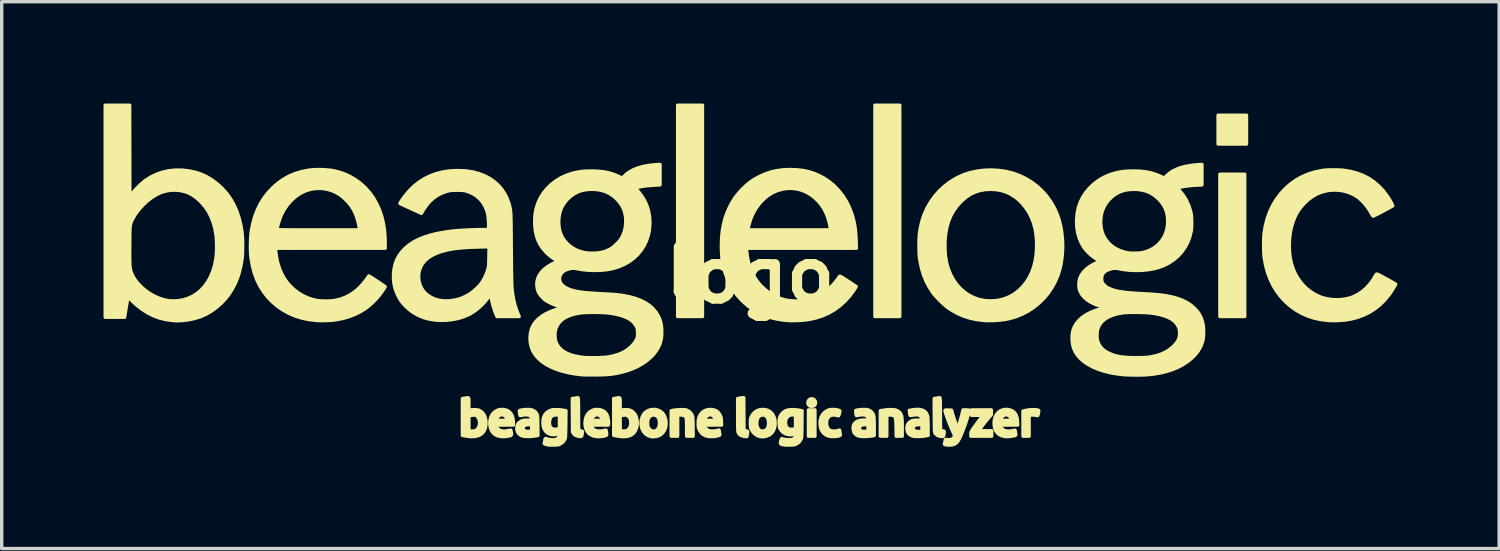
<source format=kicad_pcb>
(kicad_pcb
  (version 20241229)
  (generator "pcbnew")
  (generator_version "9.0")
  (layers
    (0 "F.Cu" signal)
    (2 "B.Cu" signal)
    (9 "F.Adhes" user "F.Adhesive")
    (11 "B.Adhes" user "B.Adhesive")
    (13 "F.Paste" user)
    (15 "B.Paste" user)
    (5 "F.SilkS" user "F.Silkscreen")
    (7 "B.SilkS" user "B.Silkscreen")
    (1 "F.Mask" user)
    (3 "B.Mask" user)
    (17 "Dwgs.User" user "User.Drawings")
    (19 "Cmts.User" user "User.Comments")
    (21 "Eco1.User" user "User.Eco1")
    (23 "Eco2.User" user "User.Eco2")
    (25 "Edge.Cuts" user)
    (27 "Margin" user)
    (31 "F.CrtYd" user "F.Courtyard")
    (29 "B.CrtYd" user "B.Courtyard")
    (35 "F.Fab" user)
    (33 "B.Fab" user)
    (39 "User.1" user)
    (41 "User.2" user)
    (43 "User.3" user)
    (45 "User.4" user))
  (footprint "logo"
    (layer "F.Cu")
    (at 19.055 5.058)
    (property "Reference" "logo" (at 0 0 0) (layer "F.SilkS") (effects (font (size 1.524 1.524) (thickness 0.3))))
    (attr through_hole)
    (fp_poly (pts (xy -1.408 1.218) (xy -1.773 1.218) (xy -2.139 1.218) (xy -2.139 -1.895) (xy -2.139 -5.008) (xy -1.773 -5.008) (xy -1.408 -5.008) (xy -1.408 -1.895) (xy -1.408 1.218)) (stroke (width 0.1) (type solid)) (fill yes) (layer "F.SilkS"))
    (fp_poly (pts (xy 1.906 4.743) (xy 1.811 4.743) (xy 1.715 4.743) (xy 1.715 4.357) (xy 1.715 3.97) (xy 1.811 3.97) (xy 1.906 3.97) (xy 1.906 4.357) (xy 1.906 4.743)) (stroke (width 0.1) (type solid)) (fill yes) (layer "F.SilkS"))
    (fp_poly (pts (xy 4.405 1.218) (xy 4.039 1.218) (xy 3.674 1.218) (xy 3.674 -1.895) (xy 3.674 -5.008) (xy 4.039 -5.008) (xy 4.405 -5.008) (xy 4.405 -1.895) (xy 4.405 1.218)) (stroke (width 0.1) (type solid)) (fill yes) (layer "F.SilkS"))
    (fp_poly (pts (xy 14.569 1.218) (xy 14.203 1.218) (xy 13.838 1.218) (xy 13.838 -0.879) (xy 13.838 -2.975) (xy 14.203 -2.975) (xy 14.569 -2.975) (xy 14.569 -0.879) (xy 14.569 1.218)) (stroke (width 0.1) (type solid)) (fill yes) (layer "F.SilkS"))
    (fp_poly (pts (xy 14.622 -3.865) (xy 14.203 -3.865) (xy 13.785 -3.865) (xy 13.785 -4.288) (xy 13.785 -4.712) (xy 14.203 -4.712) (xy 14.622 -4.712) (xy 14.622 -4.288) (xy 14.622 -3.865)) (stroke (width 0.1) (type solid)) (fill yes) (layer "F.SilkS"))
    (fp_poly (pts (xy 1.924 3.747) (xy 1.92 3.79) (xy 1.901 3.827) (xy 1.879 3.848) (xy 1.843 3.861) (xy 1.8 3.863) (xy 1.758 3.854) (xy 1.745 3.848) (xy 1.722 3.828) (xy 1.706 3.799) (xy 1.698 3.752) (xy 1.708 3.711) (xy 1.731 3.676) (xy 1.763 3.653) (xy 1.802 3.642) (xy 1.843 3.647) (xy 1.883 3.669) (xy 1.912 3.705) (xy 1.924 3.747)) (stroke (width 0.1) (type solid)) (fill yes) (layer "F.SilkS"))
    (fp_poly (pts (xy 8.5 3.997) (xy 8.497 4.025) (xy 8.491 4.061) (xy 8.491 4.066) (xy 8.483 4.105) (xy 8.477 4.127) (xy 8.469 4.136) (xy 8.458 4.136) (xy 8.455 4.135) (xy 8.41 4.127) (xy 8.356 4.121) (xy 8.302 4.12) (xy 8.265 4.123) (xy 8.216 4.131) (xy 8.216 4.437) (xy 8.216 4.743) (xy 8.126 4.743) (xy 8.036 4.743) (xy 8.036 4.374) (xy 8.036 4.004) (xy 8.13 3.982) (xy 8.187 3.971) (xy 8.249 3.964) (xy 8.313 3.961) (xy 8.373 3.961) (xy 8.427 3.965) (xy 8.469 3.972) (xy 8.495 3.982) (xy 8.499 3.985) (xy 8.5 3.997)) (stroke (width 0.1) (type solid)) (fill yes) (layer "F.SilkS"))
    (fp_poly (pts (xy 7.115 4.743) (xy 6.808 4.743) (xy 6.501 4.743) (xy 6.501 4.682) (xy 6.502 4.655) (xy 6.505 4.632) (xy 6.513 4.61) (xy 6.528 4.583) (xy 6.552 4.546) (xy 6.572 4.515) (xy 6.617 4.452) (xy 6.669 4.379) (xy 6.726 4.303) (xy 6.783 4.229) (xy 6.833 4.165) (xy 6.834 4.164) (xy 6.862 4.129) (xy 6.692 4.129) (xy 6.522 4.129) (xy 6.522 4.05) (xy 6.522 3.97) (xy 6.813 3.97) (xy 7.104 3.97) (xy 7.104 4.04) (xy 7.104 4.11) (xy 7.042 4.18) (xy 6.998 4.232) (xy 6.947 4.294) (xy 6.895 4.361) (xy 6.844 4.427) (xy 6.8 4.487) (xy 6.775 4.522) (xy 6.733 4.584) (xy 6.924 4.584) (xy 7.115 4.584) (xy 7.115 4.664) (xy 7.115 4.743)) (stroke (width 0.1) (type solid)) (fill yes) (layer "F.SilkS"))
    (fp_poly (pts (xy -0.075 4.615) (xy -0.078 4.641) (xy -0.085 4.684) (xy -0.086 4.687) (xy -0.097 4.754) (xy -0.136 4.753) (xy -0.171 4.75) (xy -0.212 4.742) (xy -0.224 4.739) (xy -0.279 4.719) (xy -0.318 4.692) (xy -0.345 4.655) (xy -0.35 4.645) (xy -0.355 4.633) (xy -0.359 4.62) (xy -0.362 4.603) (xy -0.364 4.58) (xy -0.366 4.55) (xy -0.368 4.511) (xy -0.369 4.46) (xy -0.37 4.395) (xy -0.37 4.315) (xy -0.37 4.217) (xy -0.37 4.117) (xy -0.371 3.634) (xy -0.304 3.622) (xy -0.265 3.616) (xy -0.231 3.612) (xy -0.214 3.61) (xy -0.191 3.61) (xy -0.188 4.077) (xy -0.185 4.544) (xy -0.156 4.57) (xy -0.129 4.587) (xy -0.102 4.595) (xy -0.1 4.595) (xy -0.086 4.596) (xy -0.078 4.601) (xy -0.075 4.615)) (stroke (width 0.1) (type solid)) (fill yes) (layer "F.SilkS"))
    (fp_poly (pts (xy -4.945 4.621) (xy -4.949 4.651) (xy -4.956 4.698) (xy -4.962 4.728) (xy -4.97 4.745) (xy -4.982 4.752) (xy -5 4.753) (xy -5.007 4.753) (xy -5.044 4.749) (xy -5.084 4.743) (xy -5.086 4.742) (xy -5.144 4.721) (xy -5.188 4.688) (xy -5.21 4.661) (xy -5.236 4.623) (xy -5.239 4.129) (xy -5.242 3.635) (xy -5.168 3.623) (xy -5.129 3.617) (xy -5.096 3.612) (xy -5.078 3.61) (xy -5.078 3.61) (xy -5.074 3.613) (xy -5.071 3.62) (xy -5.068 3.635) (xy -5.066 3.658) (xy -5.064 3.692) (xy -5.063 3.739) (xy -5.061 3.8) (xy -5.06 3.876) (xy -5.06 3.971) (xy -5.059 4.077) (xy -5.056 4.544) (xy -5.026 4.57) (xy -4.999 4.587) (xy -4.971 4.595) (xy -4.969 4.595) (xy -4.953 4.596) (xy -4.946 4.603) (xy -4.945 4.621)) (stroke (width 0.1) (type solid)) (fill yes) (layer "F.SilkS"))
    (fp_poly (pts (xy 4.479 4.743) (xy 4.39 4.743) (xy 4.301 4.743) (xy 4.297 4.492) (xy 4.295 4.403) (xy 4.292 4.333) (xy 4.289 4.279) (xy 4.284 4.238) (xy 4.277 4.207) (xy 4.267 4.183) (xy 4.255 4.165) (xy 4.239 4.148) (xy 4.236 4.146) (xy 4.209 4.132) (xy 4.168 4.123) (xy 4.121 4.119) (xy 4.073 4.121) (xy 4.061 4.123) (xy 4.023 4.13) (xy 4.023 4.437) (xy 4.023 4.743) (xy 3.928 4.743) (xy 3.833 4.743) (xy 3.833 4.369) (xy 3.833 3.995) (xy 3.941 3.976) (xy 4.059 3.962) (xy 4.166 3.961) (xy 4.22 3.964) (xy 4.259 3.968) (xy 4.287 3.974) (xy 4.313 3.983) (xy 4.338 3.996) (xy 4.374 4.02) (xy 4.407 4.049) (xy 4.421 4.066) (xy 4.437 4.093) (xy 4.45 4.121) (xy 4.461 4.153) (xy 4.468 4.192) (xy 4.473 4.242) (xy 4.476 4.304) (xy 4.478 4.381) (xy 4.478 4.477) (xy 4.478 4.481) (xy 4.479 4.743)) (stroke (width 0.1) (type solid)) (fill yes) (layer "F.SilkS"))
    (fp_poly (pts (xy -1.682 4.743) (xy -1.778 4.743) (xy -1.874 4.743) (xy -1.875 4.492) (xy -1.875 4.402) (xy -1.877 4.331) (xy -1.879 4.275) (xy -1.884 4.234) (xy -1.89 4.203) (xy -1.899 4.18) (xy -1.911 4.163) (xy -1.926 4.149) (xy -1.929 4.147) (xy -1.962 4.132) (xy -2.008 4.122) (xy -2.059 4.119) (xy -2.101 4.123) (xy -2.139 4.13) (xy -2.139 4.437) (xy -2.139 4.743) (xy -2.234 4.743) (xy -2.329 4.743) (xy -2.329 4.369) (xy -2.329 3.995) (xy -2.268 3.981) (xy -2.234 3.976) (xy -2.185 3.97) (xy -2.127 3.966) (xy -2.069 3.963) (xy -2.007 3.961) (xy -1.961 3.961) (xy -1.925 3.964) (xy -1.896 3.969) (xy -1.874 3.976) (xy -1.808 4.009) (xy -1.753 4.058) (xy -1.714 4.121) (xy -1.707 4.139) (xy -1.701 4.156) (xy -1.696 4.176) (xy -1.693 4.202) (xy -1.69 4.235) (xy -1.689 4.28) (xy -1.687 4.339) (xy -1.686 4.415) (xy -1.685 4.46) (xy -1.682 4.743)) (stroke (width 0.1) (type solid)) (fill yes) (layer "F.SilkS"))
    (fp_poly (pts (xy 5.716 4.621) (xy 5.713 4.651) (xy 5.706 4.698) (xy 5.7 4.728) (xy 5.692 4.745) (xy 5.68 4.752) (xy 5.662 4.753) (xy 5.655 4.753) (xy 5.618 4.749) (xy 5.578 4.743) (xy 5.575 4.742) (xy 5.514 4.719) (xy 5.467 4.683) (xy 5.447 4.657) (xy 5.442 4.648) (xy 5.438 4.637) (xy 5.435 4.623) (xy 5.432 4.604) (xy 5.43 4.578) (xy 5.428 4.543) (xy 5.427 4.496) (xy 5.426 4.437) (xy 5.425 4.363) (xy 5.424 4.271) (xy 5.423 4.162) (xy 5.423 4.128) (xy 5.42 3.635) (xy 5.494 3.623) (xy 5.533 3.617) (xy 5.565 3.612) (xy 5.584 3.61) (xy 5.584 3.61) (xy 5.588 3.612) (xy 5.591 3.62) (xy 5.594 3.634) (xy 5.596 3.657) (xy 5.598 3.691) (xy 5.599 3.737) (xy 5.601 3.797) (xy 5.601 3.873) (xy 5.602 3.967) (xy 5.603 4.077) (xy 5.606 4.544) (xy 5.636 4.57) (xy 5.663 4.587) (xy 5.691 4.595) (xy 5.693 4.595) (xy 5.709 4.596) (xy 5.716 4.603) (xy 5.716 4.621)) (stroke (width 0.1) (type solid)) (fill yes) (layer "F.SilkS"))
    (fp_poly (pts (xy -2.48 4.401) (xy -2.494 4.484) (xy -2.523 4.562) (xy -2.566 4.63) (xy -2.621 4.686) (xy -2.673 4.717) (xy -2.673 4.357) (xy -2.68 4.28) (xy -2.7 4.216) (xy -2.732 4.168) (xy -2.776 4.135) (xy -2.829 4.12) (xy -2.848 4.119) (xy -2.904 4.128) (xy -2.952 4.157) (xy -2.991 4.206) (xy -2.996 4.214) (xy -3.01 4.241) (xy -3.017 4.267) (xy -3.021 4.3) (xy -3.023 4.346) (xy -3.023 4.357) (xy -3.022 4.406) (xy -3.019 4.441) (xy -3.011 4.468) (xy -2.999 4.494) (xy -2.996 4.499) (xy -2.959 4.548) (xy -2.914 4.58) (xy -2.863 4.596) (xy -2.811 4.593) (xy -2.762 4.571) (xy -2.72 4.531) (xy -2.691 4.475) (xy -2.676 4.404) (xy -2.673 4.357) (xy -2.673 4.717) (xy -2.687 4.725) (xy -2.752 4.747) (xy -2.825 4.758) (xy -2.896 4.759) (xy -2.93 4.754) (xy -3.008 4.727) (xy -3.076 4.684) (xy -3.132 4.626) (xy -3.175 4.555) (xy -3.204 4.474) (xy -3.217 4.386) (xy -3.213 4.292) (xy -3.211 4.28) (xy -3.188 4.188) (xy -3.15 4.11) (xy -3.097 4.047) (xy -3.03 4) (xy -2.949 3.968) (xy -2.914 3.96) (xy -2.828 3.954) (xy -2.746 3.967) (xy -2.671 3.997) (xy -2.605 4.042) (xy -2.552 4.102) (xy -2.531 4.139) (xy -2.497 4.225) (xy -2.481 4.313) (xy -2.48 4.401)) (stroke (width 0.1) (type solid)) (fill yes) (layer "F.SilkS"))
    (fp_poly (pts (xy -3.328 4.382) (xy -3.344 4.48) (xy -3.38 4.574) (xy -3.423 4.64) (xy -3.479 4.691) (xy -3.519 4.712) (xy -3.519 4.387) (xy -3.519 4.312) (xy -3.525 4.277) (xy -3.547 4.212) (xy -3.582 4.164) (xy -3.629 4.133) (xy -3.685 4.12) (xy -3.751 4.126) (xy -3.783 4.136) (xy -3.833 4.152) (xy -3.833 4.368) (xy -3.832 4.445) (xy -3.831 4.504) (xy -3.829 4.546) (xy -3.826 4.572) (xy -3.822 4.586) (xy -3.82 4.589) (xy -3.803 4.591) (xy -3.772 4.592) (xy -3.732 4.592) (xy -3.726 4.592) (xy -3.682 4.59) (xy -3.652 4.585) (xy -3.628 4.575) (xy -3.607 4.56) (xy -3.564 4.514) (xy -3.534 4.455) (xy -3.519 4.387) (xy -3.519 4.712) (xy -3.548 4.728) (xy -3.631 4.749) (xy -3.729 4.758) (xy -3.78 4.757) (xy -3.818 4.753) (xy -3.868 4.747) (xy -3.92 4.739) (xy -3.931 4.737) (xy -4.023 4.72) (xy -4.023 4.177) (xy -4.023 3.635) (xy -3.95 3.623) (xy -3.908 3.615) (xy -3.878 3.611) (xy -3.857 3.612) (xy -3.844 3.62) (xy -3.836 3.639) (xy -3.833 3.672) (xy -3.832 3.719) (xy -3.833 3.785) (xy -3.833 3.8) (xy -3.833 3.99) (xy -3.783 3.975) (xy -3.724 3.963) (xy -3.657 3.961) (xy -3.59 3.966) (xy -3.541 3.978) (xy -3.482 4.008) (xy -3.429 4.054) (xy -3.386 4.112) (xy -3.358 4.172) (xy -3.333 4.279) (xy -3.328 4.382)) (stroke (width 0.1) (type solid)) (fill yes) (layer "F.SilkS"))
    (fp_poly (pts (xy 2.656 4.708) (xy 2.649 4.721) (xy 2.628 4.73) (xy 2.619 4.733) (xy 2.566 4.746) (xy 2.5 4.753) (xy 2.429 4.755) (xy 2.371 4.752) (xy 2.29 4.735) (xy 2.217 4.7) (xy 2.156 4.65) (xy 2.11 4.587) (xy 2.097 4.562) (xy 2.073 4.489) (xy 2.06 4.407) (xy 2.058 4.325) (xy 2.062 4.282) (xy 2.087 4.19) (xy 2.126 4.113) (xy 2.181 4.049) (xy 2.252 4) (xy 2.275 3.988) (xy 2.313 3.972) (xy 2.346 3.962) (xy 2.382 3.958) (xy 2.429 3.956) (xy 2.434 3.956) (xy 2.493 3.959) (xy 2.547 3.966) (xy 2.592 3.975) (xy 2.624 3.988) (xy 2.642 4.002) (xy 2.643 4.011) (xy 2.637 4.032) (xy 2.629 4.063) (xy 2.626 4.076) (xy 2.616 4.115) (xy 2.609 4.136) (xy 2.599 4.144) (xy 2.584 4.142) (xy 2.561 4.134) (xy 2.512 4.123) (xy 2.456 4.119) (xy 2.403 4.124) (xy 2.369 4.133) (xy 2.32 4.164) (xy 2.283 4.211) (xy 2.258 4.27) (xy 2.248 4.338) (xy 2.253 4.412) (xy 2.271 4.481) (xy 2.3 4.533) (xy 2.341 4.568) (xy 2.355 4.575) (xy 2.405 4.589) (xy 2.466 4.594) (xy 2.531 4.59) (xy 2.579 4.579) (xy 2.609 4.57) (xy 2.628 4.565) (xy 2.632 4.563) (xy 2.634 4.573) (xy 2.638 4.596) (xy 2.64 4.608) (xy 2.646 4.646) (xy 2.652 4.681) (xy 2.653 4.687) (xy 2.656 4.708)) (stroke (width 0.1) (type solid)) (fill yes) (layer "F.SilkS"))
    (fp_poly (pts (xy 0.732 4.309) (xy 0.732 4.406) (xy 0.729 4.43) (xy 0.709 4.521) (xy 0.672 4.598) (xy 0.621 4.662) (xy 0.555 4.711) (xy 0.542 4.716) (xy 0.542 4.355) (xy 0.536 4.285) (xy 0.517 4.224) (xy 0.487 4.174) (xy 0.449 4.14) (xy 0.445 4.137) (xy 0.394 4.121) (xy 0.34 4.122) (xy 0.289 4.139) (xy 0.259 4.161) (xy 0.223 4.21) (xy 0.2 4.272) (xy 0.191 4.342) (xy 0.195 4.416) (xy 0.206 4.464) (xy 0.225 4.506) (xy 0.254 4.547) (xy 0.287 4.577) (xy 0.307 4.588) (xy 0.339 4.593) (xy 0.38 4.591) (xy 0.423 4.583) (xy 0.457 4.569) (xy 0.463 4.566) (xy 0.497 4.529) (xy 0.523 4.477) (xy 0.538 4.412) (xy 0.542 4.355) (xy 0.542 4.716) (xy 0.477 4.743) (xy 0.396 4.758) (xy 0.352 4.759) (xy 0.308 4.757) (xy 0.287 4.754) (xy 0.207 4.727) (xy 0.137 4.681) (xy 0.078 4.619) (xy 0.033 4.544) (xy 0.021 4.516) (xy 0.013 4.491) (xy 0.008 4.462) (xy 0.006 4.425) (xy 0.005 4.374) (xy 0.005 4.357) (xy 0.006 4.301) (xy 0.007 4.261) (xy 0.011 4.231) (xy 0.019 4.205) (xy 0.03 4.177) (xy 0.035 4.165) (xy 0.081 4.09) (xy 0.142 4.03) (xy 0.216 3.985) (xy 0.288 3.963) (xy 0.367 3.955) (xy 0.448 3.963) (xy 0.511 3.98) (xy 0.581 4.018) (xy 0.639 4.072) (xy 0.685 4.14) (xy 0.716 4.22) (xy 0.732 4.309)) (stroke (width 0.1) (type solid)) (fill yes) (layer "F.SilkS"))
    (fp_poly (pts (xy 7.88 4.415) (xy 7.687 4.415) (xy 7.687 4.277) (xy 7.687 4.247) (xy 7.677 4.206) (xy 7.651 4.167) (xy 7.615 4.136) (xy 7.573 4.116) (xy 7.53 4.111) (xy 7.525 4.112) (xy 7.469 4.132) (xy 7.425 4.168) (xy 7.4 4.206) (xy 7.388 4.233) (xy 7.382 4.252) (xy 7.385 4.265) (xy 7.399 4.272) (xy 7.426 4.276) (xy 7.469 4.277) (xy 7.531 4.277) (xy 7.533 4.277) (xy 7.687 4.277) (xy 7.687 4.415) (xy 7.629 4.415) (xy 7.377 4.415) (xy 7.384 4.449) (xy 7.403 4.499) (xy 7.436 4.542) (xy 7.475 4.571) (xy 7.519 4.585) (xy 7.576 4.592) (xy 7.64 4.593) (xy 7.702 4.586) (xy 7.729 4.58) (xy 7.764 4.572) (xy 7.79 4.568) (xy 7.801 4.568) (xy 7.806 4.582) (xy 7.813 4.609) (xy 7.819 4.643) (xy 7.823 4.675) (xy 7.824 4.692) (xy 7.823 4.707) (xy 7.816 4.717) (xy 7.799 4.725) (xy 7.767 4.733) (xy 7.748 4.737) (xy 7.674 4.75) (xy 7.612 4.756) (xy 7.552 4.756) (xy 7.505 4.753) (xy 7.417 4.734) (xy 7.342 4.699) (xy 7.281 4.648) (xy 7.234 4.582) (xy 7.203 4.502) (xy 7.19 4.436) (xy 7.185 4.338) (xy 7.197 4.246) (xy 7.224 4.163) (xy 7.265 4.09) (xy 7.319 4.032) (xy 7.377 3.993) (xy 7.441 3.969) (xy 7.513 3.956) (xy 7.583 3.956) (xy 7.608 3.959) (xy 7.688 3.982) (xy 7.752 4.018) (xy 7.803 4.069) (xy 7.84 4.135) (xy 7.864 4.217) (xy 7.875 4.312) (xy 7.88 4.415)) (stroke (width 0.1) (type solid)) (fill yes) (layer "F.SilkS"))
    (fp_poly (pts (xy -6.977 4.415) (xy -7.165 4.415) (xy -7.165 4.277) (xy -7.171 4.239) (xy -7.189 4.189) (xy -7.221 4.149) (xy -7.264 4.121) (xy -7.314 4.111) (xy -7.343 4.113) (xy -7.386 4.13) (xy -7.427 4.162) (xy -7.456 4.201) (xy -7.461 4.21) (xy -7.471 4.236) (xy -7.475 4.253) (xy -7.471 4.265) (xy -7.456 4.272) (xy -7.428 4.276) (xy -7.383 4.277) (xy -7.32 4.277) (xy -7.32 4.277) (xy -7.165 4.277) (xy -7.165 4.415) (xy -7.23 4.415) (xy -7.483 4.415) (xy -7.472 4.459) (xy -7.449 4.511) (xy -7.409 4.552) (xy -7.356 4.579) (xy -7.289 4.593) (xy -7.211 4.593) (xy -7.127 4.579) (xy -7.092 4.571) (xy -7.066 4.567) (xy -7.055 4.567) (xy -7.051 4.579) (xy -7.045 4.605) (xy -7.039 4.638) (xy -7.034 4.677) (xy -7.036 4.703) (xy -7.049 4.72) (xy -7.077 4.731) (xy -7.122 4.74) (xy -7.129 4.742) (xy -7.194 4.752) (xy -7.246 4.757) (xy -7.294 4.757) (xy -7.344 4.753) (xy -7.349 4.753) (xy -7.436 4.735) (xy -7.511 4.701) (xy -7.572 4.65) (xy -7.574 4.649) (xy -7.62 4.585) (xy -7.653 4.507) (xy -7.671 4.421) (xy -7.673 4.329) (xy -7.666 4.272) (xy -7.643 4.182) (xy -7.605 4.107) (xy -7.553 4.046) (xy -7.485 3.999) (xy -7.468 3.99) (xy -7.429 3.972) (xy -7.396 3.962) (xy -7.361 3.957) (xy -7.314 3.956) (xy -7.312 3.956) (xy -7.225 3.965) (xy -7.151 3.99) (xy -7.09 4.033) (xy -7.041 4.092) (xy -7.006 4.166) (xy -6.985 4.256) (xy -6.977 4.36) (xy -6.977 4.415)) (stroke (width 0.1) (type solid)) (fill yes) (layer "F.SilkS"))
    (fp_poly (pts (xy -7.786 4.312) (xy -7.787 4.408) (xy -7.804 4.499) (xy -7.809 4.516) (xy -7.845 4.595) (xy -7.895 4.657) (xy -7.959 4.705) (xy -7.974 4.711) (xy -7.974 4.332) (xy -7.983 4.269) (xy -8.005 4.212) (xy -8.035 4.169) (xy -8.063 4.142) (xy -8.088 4.128) (xy -8.122 4.122) (xy -8.128 4.121) (xy -8.198 4.125) (xy -8.236 4.134) (xy -8.29 4.152) (xy -8.29 4.367) (xy -8.29 4.445) (xy -8.289 4.504) (xy -8.287 4.545) (xy -8.284 4.572) (xy -8.28 4.585) (xy -8.277 4.588) (xy -8.254 4.592) (xy -8.217 4.594) (xy -8.175 4.593) (xy -8.136 4.59) (xy -8.107 4.585) (xy -8.103 4.584) (xy -8.056 4.555) (xy -8.019 4.512) (xy -7.993 4.458) (xy -7.977 4.396) (xy -7.974 4.332) (xy -7.974 4.711) (xy -8.037 4.737) (xy -8.129 4.754) (xy -8.237 4.757) (xy -8.237 4.757) (xy -8.276 4.753) (xy -8.326 4.747) (xy -8.377 4.739) (xy -8.388 4.737) (xy -8.481 4.72) (xy -8.481 4.177) (xy -8.481 3.635) (xy -8.407 3.623) (xy -8.366 3.615) (xy -8.336 3.611) (xy -8.315 3.612) (xy -8.301 3.62) (xy -8.294 3.639) (xy -8.291 3.671) (xy -8.29 3.719) (xy -8.29 3.784) (xy -8.29 3.801) (xy -8.29 3.862) (xy -8.29 3.915) (xy -8.289 3.956) (xy -8.288 3.983) (xy -8.288 3.991) (xy -8.277 3.988) (xy -8.253 3.98) (xy -8.243 3.976) (xy -8.196 3.965) (xy -8.138 3.961) (xy -8.077 3.963) (xy -8.022 3.971) (xy -8.002 3.976) (xy -7.945 4.005) (xy -7.891 4.049) (xy -7.848 4.103) (xy -7.831 4.133) (xy -7.801 4.218) (xy -7.786 4.312)) (stroke (width 0.1) (type solid)) (fill yes) (layer "F.SilkS"))
    (fp_poly (pts (xy 6.459 3.985) (xy 6.455 4.004) (xy 6.446 4.038) (xy 6.433 4.086) (xy 6.415 4.144) (xy 6.396 4.207) (xy 6.374 4.274) (xy 6.353 4.339) (xy 6.332 4.401) (xy 6.313 4.454) (xy 6.31 4.462) (xy 6.265 4.581) (xy 6.225 4.682) (xy 6.189 4.765) (xy 6.154 4.833) (xy 6.121 4.887) (xy 6.087 4.928) (xy 6.052 4.959) (xy 6.014 4.98) (xy 5.973 4.994) (xy 5.926 5.002) (xy 5.881 5.004) (xy 5.834 5.004) (xy 5.791 5.002) (xy 5.758 4.998) (xy 5.751 4.997) (xy 5.727 4.986) (xy 5.72 4.971) (xy 5.721 4.968) (xy 5.726 4.947) (xy 5.734 4.915) (xy 5.738 4.895) (xy 5.751 4.84) (xy 5.827 4.846) (xy 5.886 4.847) (xy 5.931 4.837) (xy 5.966 4.815) (xy 5.997 4.778) (xy 5.999 4.775) (xy 6.027 4.732) (xy 5.972 4.613) (xy 5.941 4.546) (xy 5.909 4.471) (xy 5.876 4.392) (xy 5.845 4.312) (xy 5.816 4.235) (xy 5.79 4.162) (xy 5.768 4.097) (xy 5.751 4.044) (xy 5.741 4.004) (xy 5.739 3.985) (xy 5.743 3.977) (xy 5.757 3.973) (xy 5.785 3.972) (xy 5.831 3.973) (xy 5.835 3.973) (xy 5.932 3.976) (xy 5.956 4.066) (xy 5.971 4.117) (xy 5.991 4.181) (xy 6.014 4.25) (xy 6.039 4.321) (xy 6.062 4.386) (xy 6.083 4.44) (xy 6.095 4.468) (xy 6.117 4.516) (xy 6.155 4.394) (xy 6.173 4.335) (xy 6.193 4.265) (xy 6.214 4.191) (xy 6.232 4.123) (xy 6.232 4.121) (xy 6.271 3.97) (xy 6.365 3.97) (xy 6.411 3.971) (xy 6.44 3.974) (xy 6.455 3.978) (xy 6.459 3.985)) (stroke (width 0.1) (type solid)) (fill yes) (layer "F.SilkS"))
    (fp_poly (pts (xy -4.174 4.337) (xy -4.176 4.376) (xy -4.176 4.378) (xy -4.183 4.415) (xy -4.362 4.415) (xy -4.362 4.262) (xy -4.369 4.229) (xy -4.386 4.191) (xy -4.409 4.157) (xy -4.426 4.14) (xy -4.475 4.116) (xy -4.525 4.112) (xy -4.574 4.125) (xy -4.616 4.156) (xy -4.65 4.202) (xy -4.663 4.233) (xy -4.679 4.277) (xy -4.52 4.277) (xy -4.458 4.277) (xy -4.414 4.276) (xy -4.386 4.274) (xy -4.37 4.27) (xy -4.363 4.265) (xy -4.362 4.262) (xy -4.362 4.415) (xy -4.432 4.415) (xy -4.68 4.415) (xy -4.673 4.444) (xy -4.652 4.5) (xy -4.617 4.542) (xy -4.594 4.56) (xy -4.546 4.581) (xy -4.483 4.592) (xy -4.412 4.593) (xy -4.336 4.582) (xy -4.327 4.58) (xy -4.291 4.572) (xy -4.264 4.566) (xy -4.252 4.563) (xy -4.251 4.563) (xy -4.248 4.573) (xy -4.242 4.598) (xy -4.236 4.633) (xy -4.235 4.634) (xy -4.23 4.676) (xy -4.231 4.703) (xy -4.243 4.72) (xy -4.27 4.731) (xy -4.313 4.74) (xy -4.323 4.742) (xy -4.388 4.752) (xy -4.44 4.757) (xy -4.488 4.757) (xy -4.539 4.753) (xy -4.544 4.753) (xy -4.631 4.734) (xy -4.707 4.699) (xy -4.769 4.648) (xy -4.817 4.583) (xy -4.85 4.505) (xy -4.867 4.415) (xy -4.867 4.317) (xy -4.851 4.222) (xy -4.819 4.139) (xy -4.772 4.07) (xy -4.71 4.016) (xy -4.656 3.986) (xy -4.616 3.97) (xy -4.58 3.96) (xy -4.539 3.957) (xy -4.505 3.956) (xy -4.419 3.965) (xy -4.345 3.991) (xy -4.283 4.033) (xy -4.236 4.09) (xy -4.215 4.13) (xy -4.2 4.174) (xy -4.187 4.228) (xy -4.178 4.285) (xy -4.174 4.337)) (stroke (width 0.1) (type solid)) (fill yes) (layer "F.SilkS"))
    (fp_poly (pts (xy -0.844 4.415) (xy -1.031 4.415) (xy -1.031 4.261) (xy -1.031 4.259) (xy -1.038 4.234) (xy -1.044 4.211) (xy -1.06 4.18) (xy -1.09 4.149) (xy -1.126 4.124) (xy -1.158 4.113) (xy -1.207 4.114) (xy -1.254 4.133) (xy -1.295 4.166) (xy -1.326 4.211) (xy -1.34 4.248) (xy -1.347 4.277) (xy -1.186 4.277) (xy -1.125 4.277) (xy -1.081 4.277) (xy -1.053 4.275) (xy -1.038 4.272) (xy -1.031 4.267) (xy -1.031 4.261) (xy -1.031 4.415) (xy -1.096 4.415) (xy -1.347 4.415) (xy -1.341 4.449) (xy -1.323 4.492) (xy -1.293 4.533) (xy -1.255 4.566) (xy -1.246 4.57) (xy -1.204 4.584) (xy -1.149 4.592) (xy -1.088 4.593) (xy -1.027 4.587) (xy -0.997 4.58) (xy -0.961 4.572) (xy -0.934 4.565) (xy -0.922 4.563) (xy -0.917 4.573) (xy -0.911 4.597) (xy -0.906 4.63) (xy -0.901 4.666) (xy -0.899 4.697) (xy -0.898 4.709) (xy -0.908 4.717) (xy -0.934 4.726) (xy -0.97 4.736) (xy -1.012 4.745) (xy -1.055 4.752) (xy -1.086 4.755) (xy -1.133 4.756) (xy -1.186 4.755) (xy -1.218 4.753) (xy -1.305 4.735) (xy -1.379 4.7) (xy -1.44 4.648) (xy -1.488 4.58) (xy -1.495 4.566) (xy -1.511 4.53) (xy -1.522 4.498) (xy -1.529 4.464) (xy -1.532 4.42) (xy -1.534 4.391) (xy -1.531 4.288) (xy -1.514 4.2) (xy -1.481 4.124) (xy -1.433 4.06) (xy -1.394 4.025) (xy -1.332 3.988) (xy -1.259 3.965) (xy -1.182 3.956) (xy -1.105 3.962) (xy -1.032 3.982) (xy -0.97 4.017) (xy -0.961 4.024) (xy -0.935 4.052) (xy -0.907 4.091) (xy -0.888 4.125) (xy -0.872 4.16) (xy -0.861 4.191) (xy -0.855 4.224) (xy -0.851 4.268) (xy -0.849 4.305) (xy -0.844 4.415)) (stroke (width 0.1) (type solid)) (fill yes) (layer "F.SilkS"))
    (fp_poly (pts (xy 5.241 4.72) (xy 5.212 4.726) (xy 5.13 4.74) (xy 5.061 4.747) (xy 5.061 4.504) (xy 5.061 4.461) (xy 5.059 4.434) (xy 5.054 4.419) (xy 5.046 4.412) (xy 5.034 4.409) (xy 4.997 4.404) (xy 4.953 4.404) (xy 4.907 4.409) (xy 4.867 4.418) (xy 4.841 4.429) (xy 4.838 4.431) (xy 4.812 4.466) (xy 4.802 4.506) (xy 4.808 4.543) (xy 4.829 4.575) (xy 4.853 4.59) (xy 4.881 4.598) (xy 4.921 4.603) (xy 4.966 4.605) (xy 5.008 4.605) (xy 5.039 4.601) (xy 5.044 4.599) (xy 5.053 4.592) (xy 5.058 4.575) (xy 5.06 4.544) (xy 5.061 4.504) (xy 5.061 4.747) (xy 5.044 4.749) (xy 4.96 4.753) (xy 4.883 4.752) (xy 4.817 4.746) (xy 4.784 4.739) (xy 4.718 4.712) (xy 4.669 4.671) (xy 4.635 4.617) (xy 4.619 4.549) (xy 4.616 4.513) (xy 4.624 4.441) (xy 4.647 4.383) (xy 4.688 4.336) (xy 4.747 4.298) (xy 4.754 4.295) (xy 4.778 4.285) (xy 4.805 4.279) (xy 4.839 4.275) (xy 4.885 4.273) (xy 4.932 4.272) (xy 5.062 4.272) (xy 5.056 4.237) (xy 5.039 4.184) (xy 5.011 4.146) (xy 4.971 4.123) (xy 4.917 4.113) (xy 4.847 4.115) (xy 4.802 4.122) (xy 4.761 4.129) (xy 4.73 4.132) (xy 4.712 4.132) (xy 4.71 4.131) (xy 4.705 4.117) (xy 4.7 4.089) (xy 4.696 4.054) (xy 4.688 3.984) (xy 4.755 3.972) (xy 4.828 3.961) (xy 4.885 3.955) (xy 4.933 3.953) (xy 4.979 3.956) (xy 5.005 3.96) (xy 5.081 3.98) (xy 5.14 4.012) (xy 5.184 4.058) (xy 5.215 4.119) (xy 5.23 4.176) (xy 5.233 4.205) (xy 5.236 4.252) (xy 5.238 4.311) (xy 5.24 4.379) (xy 5.241 4.452) (xy 5.241 4.48) (xy 5.241 4.72)) (stroke (width 0.1) (type solid)) (fill yes) (layer "F.SilkS"))
    (fp_poly (pts (xy -6.256 4.721) (xy -6.281 4.727) (xy -6.344 4.738) (xy -6.417 4.747) (xy -6.439 4.748) (xy -6.439 4.462) (xy -6.442 4.431) (xy -6.448 4.415) (xy -6.45 4.414) (xy -6.472 4.407) (xy -6.507 4.405) (xy -6.549 4.406) (xy -6.591 4.41) (xy -6.624 4.417) (xy -6.633 4.419) (xy -6.67 4.444) (xy -6.688 4.479) (xy -6.691 4.505) (xy -6.684 4.546) (xy -6.661 4.576) (xy -6.622 4.594) (xy -6.565 4.603) (xy -6.522 4.603) (xy -6.443 4.6) (xy -6.44 4.511) (xy -6.439 4.462) (xy -6.439 4.748) (xy -6.494 4.752) (xy -6.568 4.753) (xy -6.635 4.75) (xy -6.687 4.744) (xy -6.694 4.742) (xy -6.762 4.717) (xy -6.815 4.677) (xy -6.853 4.624) (xy -6.875 4.561) (xy -6.877 4.491) (xy -6.872 4.455) (xy -6.852 4.396) (xy -6.818 4.35) (xy -6.766 4.312) (xy -6.747 4.302) (xy -6.719 4.289) (xy -6.695 4.281) (xy -6.668 4.275) (xy -6.633 4.273) (xy -6.585 4.272) (xy -6.561 4.272) (xy -6.435 4.272) (xy -6.441 4.225) (xy -6.455 4.178) (xy -6.486 4.143) (xy -6.533 4.121) (xy -6.594 4.113) (xy -6.67 4.117) (xy -6.757 4.134) (xy -6.772 4.137) (xy -6.782 4.134) (xy -6.787 4.119) (xy -6.792 4.089) (xy -6.794 4.075) (xy -6.798 4.038) (xy -6.801 4.01) (xy -6.802 3.998) (xy -6.793 3.987) (xy -6.765 3.978) (xy -6.724 3.969) (xy -6.672 3.963) (xy -6.612 3.958) (xy -6.58 3.958) (xy -6.525 3.957) (xy -6.486 3.959) (xy -6.456 3.964) (xy -6.429 3.972) (xy -6.411 3.979) (xy -6.357 4.009) (xy -6.318 4.043) (xy -6.287 4.089) (xy -6.285 4.092) (xy -6.279 4.106) (xy -6.273 4.12) (xy -6.269 4.139) (xy -6.266 4.163) (xy -6.264 4.197) (xy -6.262 4.242) (xy -6.261 4.301) (xy -6.26 4.378) (xy -6.259 4.428) (xy -6.256 4.721)) (stroke (width 0.1) (type solid)) (fill yes) (layer "F.SilkS"))
    (fp_poly (pts (xy 3.653 4.722) (xy 3.629 4.727) (xy 3.571 4.738) (xy 3.502 4.746) (xy 3.471 4.748) (xy 3.471 4.462) (xy 3.468 4.431) (xy 3.462 4.415) (xy 3.46 4.414) (xy 3.438 4.407) (xy 3.403 4.405) (xy 3.361 4.406) (xy 3.319 4.41) (xy 3.286 4.417) (xy 3.277 4.419) (xy 3.242 4.444) (xy 3.223 4.477) (xy 3.218 4.515) (xy 3.229 4.552) (xy 3.254 4.583) (xy 3.282 4.598) (xy 3.3 4.601) (xy 3.332 4.602) (xy 3.373 4.603) (xy 3.383 4.602) (xy 3.467 4.6) (xy 3.471 4.511) (xy 3.471 4.462) (xy 3.471 4.748) (xy 3.429 4.751) (xy 3.357 4.753) (xy 3.291 4.752) (xy 3.238 4.748) (xy 3.212 4.744) (xy 3.152 4.721) (xy 3.1 4.685) (xy 3.062 4.641) (xy 3.06 4.637) (xy 3.042 4.59) (xy 3.033 4.533) (xy 3.033 4.475) (xy 3.043 4.423) (xy 3.055 4.395) (xy 3.098 4.343) (xy 3.156 4.304) (xy 3.23 4.279) (xy 3.318 4.269) (xy 3.38 4.27) (xy 3.424 4.272) (xy 3.452 4.272) (xy 3.466 4.269) (xy 3.472 4.262) (xy 3.473 4.251) (xy 3.473 4.249) (xy 3.466 4.211) (xy 3.449 4.172) (xy 3.426 4.142) (xy 3.418 4.136) (xy 3.373 4.119) (xy 3.312 4.112) (xy 3.238 4.118) (xy 3.154 4.134) (xy 3.153 4.135) (xy 3.133 4.137) (xy 3.124 4.129) (xy 3.118 4.106) (xy 3.113 4.071) (xy 3.11 4.032) (xy 3.11 4.029) (xy 3.108 3.987) (xy 3.16 3.973) (xy 3.194 3.967) (xy 3.241 3.962) (xy 3.295 3.958) (xy 3.33 3.957) (xy 3.384 3.957) (xy 3.422 3.959) (xy 3.452 3.963) (xy 3.478 3.971) (xy 3.506 3.983) (xy 3.567 4.022) (xy 3.611 4.074) (xy 3.638 4.139) (xy 3.641 4.151) (xy 3.645 4.177) (xy 3.648 4.221) (xy 3.65 4.278) (xy 3.652 4.346) (xy 3.653 4.421) (xy 3.653 4.463) (xy 3.653 4.722)) (stroke (width 0.1) (type solid)) (fill yes) (layer "F.SilkS"))
    (fp_poly (pts (xy -5.43 3.994) (xy -5.434 4.382) (xy -5.436 4.502) (xy -5.438 4.601) (xy -5.44 4.681) (xy -5.443 4.741) (xy -5.447 4.783) (xy -5.451 4.807) (xy -5.451 4.809) (xy -5.483 4.873) (xy -5.532 4.928) (xy -5.595 4.97) (xy -5.596 4.971) (xy -5.622 4.984) (xy -5.622 4.511) (xy -5.622 4.316) (xy -5.622 4.12) (xy -5.672 4.117) (xy -5.749 4.118) (xy -5.811 4.133) (xy -5.857 4.162) (xy -5.89 4.207) (xy -5.909 4.268) (xy -5.916 4.33) (xy -5.913 4.403) (xy -5.895 4.461) (xy -5.863 4.504) (xy -5.834 4.524) (xy -5.787 4.538) (xy -5.731 4.541) (xy -5.678 4.533) (xy -5.659 4.527) (xy -5.622 4.511) (xy -5.622 4.984) (xy -5.623 4.984) (xy -5.647 4.993) (xy -5.673 4.999) (xy -5.706 5.002) (xy -5.751 5.004) (xy -5.797 5.005) (xy -5.868 5.005) (xy -5.924 5.003) (xy -5.969 4.997) (xy -6.003 4.989) (xy -6.038 4.979) (xy -6.061 4.968) (xy -6.07 4.96) (xy -6.07 4.96) (xy -6.067 4.945) (xy -6.062 4.916) (xy -6.055 4.878) (xy -6.055 4.878) (xy -6.047 4.84) (xy -6.04 4.819) (xy -6.032 4.812) (xy -6.025 4.813) (xy -5.969 4.831) (xy -5.904 4.843) (xy -5.839 4.849) (xy -5.777 4.848) (xy -5.725 4.84) (xy -5.696 4.83) (xy -5.659 4.799) (xy -5.633 4.756) (xy -5.622 4.707) (xy -5.622 4.704) (xy -5.623 4.68) (xy -5.625 4.669) (xy -5.625 4.669) (xy -5.635 4.672) (xy -5.66 4.679) (xy -5.679 4.685) (xy -5.759 4.699) (xy -5.842 4.696) (xy -5.893 4.685) (xy -5.964 4.654) (xy -6.022 4.607) (xy -6.065 4.545) (xy -6.093 4.468) (xy -6.107 4.377) (xy -6.107 4.371) (xy -6.105 4.272) (xy -6.087 4.187) (xy -6.054 4.116) (xy -6.005 4.057) (xy -5.939 4.01) (xy -5.925 4.002) (xy -5.89 3.985) (xy -5.86 3.974) (xy -5.83 3.967) (xy -5.793 3.964) (xy -5.741 3.961) (xy -5.607 3.965) (xy -5.53 3.976) (xy -5.43 3.994)) (stroke (width 0.1) (type solid)) (fill yes) (layer "F.SilkS"))
    (fp_poly (pts (xy 1.526 3.994) (xy 1.523 4.387) (xy 1.522 4.489) (xy 1.521 4.572) (xy 1.52 4.638) (xy 1.519 4.69) (xy 1.517 4.73) (xy 1.515 4.76) (xy 1.512 4.783) (xy 1.508 4.801) (xy 1.503 4.815) (xy 1.497 4.83) (xy 1.495 4.835) (xy 1.456 4.899) (xy 1.402 4.948) (xy 1.35 4.978) (xy 1.324 4.988) (xy 1.297 4.996) (xy 1.265 5) (xy 1.221 5.003) (xy 1.161 5.005) (xy 1.159 5.005) (xy 1.076 5.004) (xy 1.009 5) (xy 0.958 4.991) (xy 0.956 4.991) (xy 0.921 4.982) (xy 0.9 4.972) (xy 0.891 4.956) (xy 0.891 4.931) (xy 0.899 4.891) (xy 0.904 4.87) (xy 0.915 4.834) (xy 0.926 4.817) (xy 0.933 4.816) (xy 0.951 4.821) (xy 0.981 4.829) (xy 1.001 4.834) (xy 1.048 4.843) (xy 1.104 4.848) (xy 1.161 4.848) (xy 1.212 4.844) (xy 1.251 4.836) (xy 1.255 4.834) (xy 1.293 4.807) (xy 1.321 4.767) (xy 1.334 4.72) (xy 1.334 4.71) (xy 1.334 4.671) (xy 1.334 4.511) (xy 1.334 4.316) (xy 1.334 4.12) (xy 1.284 4.117) (xy 1.217 4.116) (xy 1.165 4.127) (xy 1.124 4.148) (xy 1.099 4.17) (xy 1.063 4.221) (xy 1.043 4.281) (xy 1.039 4.353) (xy 1.04 4.369) (xy 1.053 4.436) (xy 1.079 4.487) (xy 1.119 4.521) (xy 1.173 4.539) (xy 1.21 4.542) (xy 1.25 4.539) (xy 1.288 4.53) (xy 1.297 4.527) (xy 1.334 4.511) (xy 1.334 4.671) (xy 1.285 4.686) (xy 1.203 4.701) (xy 1.123 4.698) (xy 1.048 4.677) (xy 0.98 4.641) (xy 0.924 4.591) (xy 0.882 4.527) (xy 0.878 4.519) (xy 0.866 4.491) (xy 0.859 4.463) (xy 0.855 4.43) (xy 0.853 4.386) (xy 0.852 4.341) (xy 0.853 4.286) (xy 0.855 4.246) (xy 0.859 4.217) (xy 0.867 4.191) (xy 0.879 4.163) (xy 0.88 4.16) (xy 0.925 4.088) (xy 0.985 4.03) (xy 1.047 3.993) (xy 1.106 3.974) (xy 1.181 3.963) (xy 1.266 3.96) (xy 1.356 3.966) (xy 1.425 3.976) (xy 1.526 3.994)) (stroke (width 0.1) (type solid)) (fill yes) (layer "F.SilkS"))
    (fp_poly (pts (xy 9.206 -0.856) (xy 9.2 -0.676) (xy 9.183 -0.496) (xy 9.156 -0.323) (xy 9.127 -0.191) (xy 9.067 0.003) (xy 8.988 0.188) (xy 8.892 0.363) (xy 8.781 0.528) (xy 8.654 0.68) (xy 8.513 0.819) (xy 8.437 0.881) (xy 8.437 -0.985) (xy 8.423 -1.174) (xy 8.396 -1.355) (xy 8.391 -1.376) (xy 8.346 -1.542) (xy 8.283 -1.702) (xy 8.205 -1.855) (xy 8.111 -1.996) (xy 8.005 -2.125) (xy 7.887 -2.239) (xy 7.819 -2.293) (xy 7.687 -2.379) (xy 7.55 -2.445) (xy 7.407 -2.492) (xy 7.255 -2.52) (xy 7.093 -2.53) (xy 7.083 -2.53) (xy 6.923 -2.522) (xy 6.773 -2.496) (xy 6.633 -2.453) (xy 6.5 -2.391) (xy 6.374 -2.309) (xy 6.252 -2.207) (xy 6.204 -2.161) (xy 6.088 -2.032) (xy 5.99 -1.893) (xy 5.908 -1.745) (xy 5.842 -1.584) (xy 5.793 -1.412) (xy 5.759 -1.227) (xy 5.74 -1.029) (xy 5.736 -0.873) (xy 5.74 -0.705) (xy 5.754 -0.551) (xy 5.777 -0.408) (xy 5.811 -0.271) (xy 5.841 -0.176) (xy 5.907 -0.014) (xy 5.988 0.135) (xy 6.083 0.271) (xy 6.191 0.392) (xy 6.311 0.498) (xy 6.442 0.587) (xy 6.582 0.659) (xy 6.731 0.712) (xy 6.765 0.721) (xy 6.893 0.745) (xy 7.031 0.757) (xy 7.172 0.755) (xy 7.307 0.74) (xy 7.353 0.731) (xy 7.506 0.689) (xy 7.651 0.628) (xy 7.786 0.549) (xy 7.911 0.453) (xy 8.025 0.341) (xy 8.127 0.215) (xy 8.216 0.075) (xy 8.291 -0.078) (xy 8.351 -0.243) (xy 8.395 -0.418) (xy 8.395 -0.418) (xy 8.423 -0.601) (xy 8.437 -0.792) (xy 8.437 -0.985) (xy 8.437 0.881) (xy 8.36 0.944) (xy 8.195 1.053) (xy 8.02 1.146) (xy 7.835 1.221) (xy 7.655 1.274) (xy 7.508 1.304) (xy 7.349 1.325) (xy 7.185 1.337) (xy 7.021 1.339) (xy 6.891 1.334) (xy 6.678 1.309) (xy 6.476 1.266) (xy 6.283 1.205) (xy 6.099 1.125) (xy 5.923 1.025) (xy 5.834 0.966) (xy 5.78 0.925) (xy 5.717 0.871) (xy 5.649 0.809) (xy 5.58 0.741) (xy 5.513 0.673) (xy 5.453 0.607) (xy 5.403 0.548) (xy 5.376 0.512) (xy 5.269 0.346) (xy 5.179 0.173) (xy 5.105 -0.01) (xy 5.047 -0.204) (xy 5.003 -0.411) (xy 4.985 -0.529) (xy 4.98 -0.581) (xy 4.976 -0.648) (xy 4.974 -0.727) (xy 4.972 -0.814) (xy 4.972 -0.903) (xy 4.973 -0.991) (xy 4.975 -1.074) (xy 4.978 -1.146) (xy 4.982 -1.203) (xy 4.985 -1.223) (xy 5.01 -1.38) (xy 5.041 -1.523) (xy 5.078 -1.656) (xy 5.124 -1.788) (xy 5.127 -1.795) (xy 5.21 -1.981) (xy 5.312 -2.157) (xy 5.43 -2.323) (xy 5.565 -2.476) (xy 5.714 -2.616) (xy 5.876 -2.74) (xy 6.05 -2.848) (xy 6.12 -2.885) (xy 6.295 -2.962) (xy 6.482 -3.022) (xy 6.677 -3.065) (xy 6.879 -3.091) (xy 7.084 -3.1) (xy 7.292 -3.09) (xy 7.498 -3.063) (xy 7.549 -3.053) (xy 7.748 -3.003) (xy 7.939 -2.934) (xy 8.121 -2.846) (xy 8.292 -2.741) (xy 8.453 -2.62) (xy 8.6 -2.484) (xy 8.734 -2.333) (xy 8.853 -2.169) (xy 8.955 -1.993) (xy 8.98 -1.943) (xy 9.047 -1.787) (xy 9.102 -1.628) (xy 9.144 -1.462) (xy 9.176 -1.286) (xy 9.196 -1.096) (xy 9.201 -1.03) (xy 9.206 -0.856)) (stroke (width 0.1) (type solid)) (fill yes) (layer "F.SilkS"))
    (fp_poly (pts (xy 3.127 -0.794) (xy 2.364 -0.794) (xy 2.364 -1.334) (xy 2.356 -1.399) (xy 2.346 -1.464) (xy 2.329 -1.542) (xy 2.307 -1.624) (xy 2.283 -1.705) (xy 2.257 -1.777) (xy 2.25 -1.794) (xy 2.177 -1.945) (xy 2.088 -2.082) (xy 1.982 -2.205) (xy 1.86 -2.314) (xy 1.771 -2.379) (xy 1.642 -2.453) (xy 1.506 -2.507) (xy 1.366 -2.542) (xy 1.222 -2.558) (xy 1.078 -2.555) (xy 0.935 -2.532) (xy 0.795 -2.491) (xy 0.659 -2.431) (xy 0.531 -2.352) (xy 0.505 -2.333) (xy 0.377 -2.224) (xy 0.263 -2.099) (xy 0.163 -1.96) (xy 0.078 -1.808) (xy 0.01 -1.643) (xy -0.043 -1.467) (xy -0.052 -1.427) (xy -0.072 -1.334) (xy 1.146 -1.334) (xy 2.364 -1.334) (xy 2.364 -0.794) (xy 1.507 -0.794) (xy -0.112 -0.794) (xy -0.104 -0.696) (xy -0.084 -0.539) (xy -0.051 -0.384) (xy -0.008 -0.235) (xy 0.044 -0.099) (xy 0.071 -0.042) (xy 0.134 0.072) (xy 0.201 0.172) (xy 0.278 0.267) (xy 0.322 0.315) (xy 0.45 0.436) (xy 0.586 0.538) (xy 0.73 0.621) (xy 0.884 0.686) (xy 1.019 0.726) (xy 1.099 0.742) (xy 1.194 0.753) (xy 1.298 0.76) (xy 1.403 0.762) (xy 1.504 0.759) (xy 1.594 0.751) (xy 1.621 0.747) (xy 1.785 0.709) (xy 1.942 0.652) (xy 2.094 0.574) (xy 2.17 0.526) (xy 2.222 0.488) (xy 2.281 0.437) (xy 2.345 0.377) (xy 2.409 0.312) (xy 2.47 0.247) (xy 2.522 0.185) (xy 2.55 0.148) (xy 2.578 0.109) (xy 2.603 0.074) (xy 2.621 0.048) (xy 2.628 0.039) (xy 2.633 0.033) (xy 2.641 0.032) (xy 2.653 0.034) (xy 2.671 0.043) (xy 2.698 0.058) (xy 2.736 0.081) (xy 2.786 0.114) (xy 2.852 0.156) (xy 2.88 0.175) (xy 2.943 0.216) (xy 3 0.254) (xy 3.049 0.286) (xy 3.087 0.311) (xy 3.112 0.327) (xy 3.122 0.334) (xy 3.122 0.334) (xy 3.118 0.343) (xy 3.104 0.367) (xy 3.083 0.4) (xy 3.06 0.436) (xy 2.934 0.607) (xy 2.797 0.76) (xy 2.649 0.896) (xy 2.49 1.013) (xy 2.32 1.112) (xy 2.139 1.194) (xy 1.946 1.257) (xy 1.743 1.302) (xy 1.641 1.317) (xy 1.537 1.328) (xy 1.423 1.335) (xy 1.307 1.339) (xy 1.195 1.339) (xy 1.096 1.334) (xy 1.091 1.334) (xy 0.931 1.317) (xy 0.772 1.289) (xy 0.648 1.26) (xy 0.457 1.199) (xy 0.275 1.121) (xy 0.103 1.024) (xy -0.059 0.911) (xy -0.208 0.783) (xy -0.344 0.64) (xy -0.466 0.485) (xy -0.572 0.317) (xy -0.662 0.138) (xy -0.734 -0.05) (xy -0.745 -0.086) (xy -0.783 -0.224) (xy -0.812 -0.36) (xy -0.832 -0.498) (xy -0.844 -0.645) (xy -0.85 -0.804) (xy -0.85 -0.873) (xy -0.843 -1.095) (xy -0.823 -1.303) (xy -0.788 -1.498) (xy -0.74 -1.684) (xy -0.676 -1.861) (xy -0.625 -1.975) (xy -0.554 -2.114) (xy -0.479 -2.238) (xy -0.396 -2.353) (xy -0.301 -2.465) (xy -0.235 -2.536) (xy -0.128 -2.638) (xy -0.024 -2.726) (xy 0.084 -2.802) (xy 0.203 -2.872) (xy 0.291 -2.917) (xy 0.448 -2.986) (xy 0.604 -3.039) (xy 0.765 -3.077) (xy 0.934 -3.101) (xy 1.115 -3.112) (xy 1.184 -3.113) (xy 1.383 -3.105) (xy 1.568 -3.083) (xy 1.743 -3.044) (xy 1.91 -2.989) (xy 2.069 -2.917) (xy 2.164 -2.865) (xy 2.324 -2.759) (xy 2.472 -2.636) (xy 2.606 -2.497) (xy 2.726 -2.344) (xy 2.832 -2.178) (xy 2.921 -2) (xy 2.992 -1.815) (xy 3.027 -1.699) (xy 3.056 -1.585) (xy 3.079 -1.468) (xy 3.096 -1.346) (xy 3.109 -1.212) (xy 3.117 -1.064) (xy 3.12 -1) (xy 3.127 -0.794)) (stroke (width 0.1) (type solid)) (fill yes) (layer "F.SilkS"))
    (fp_poly (pts (xy -14.956 -0.892) (xy -14.956 -0.782) (xy -14.959 -0.675) (xy -14.964 -0.578) (xy -14.971 -0.495) (xy -14.975 -0.466) (xy -15.009 -0.265) (xy -15.054 -0.08) (xy -15.11 0.092) (xy -15.179 0.254) (xy -15.183 0.262) (xy -15.266 0.419) (xy -15.356 0.56) (xy -15.458 0.691) (xy -15.576 0.816) (xy -15.579 0.819) (xy -15.723 0.948) (xy -15.723 -0.803) (xy -15.724 -0.909) (xy -15.727 -1.012) (xy -15.732 -1.105) (xy -15.739 -1.172) (xy -15.773 -1.369) (xy -15.822 -1.551) (xy -15.887 -1.72) (xy -15.967 -1.876) (xy -16.064 -2.019) (xy -16.177 -2.151) (xy -16.198 -2.172) (xy -16.312 -2.275) (xy -16.429 -2.359) (xy -16.549 -2.423) (xy -16.676 -2.468) (xy -16.81 -2.496) (xy -16.915 -2.506) (xy -17.063 -2.504) (xy -17.208 -2.482) (xy -17.349 -2.44) (xy -17.487 -2.378) (xy -17.624 -2.295) (xy -17.758 -2.191) (xy -17.879 -2.079) (xy -17.969 -1.982) (xy -18.051 -1.883) (xy -18.121 -1.786) (xy -18.177 -1.693) (xy -18.195 -1.659) (xy -18.212 -1.623) (xy -18.227 -1.591) (xy -18.24 -1.562) (xy -18.25 -1.533) (xy -18.258 -1.502) (xy -18.265 -1.468) (xy -18.27 -1.428) (xy -18.274 -1.38) (xy -18.277 -1.323) (xy -18.279 -1.254) (xy -18.28 -1.17) (xy -18.281 -1.071) (xy -18.282 -0.955) (xy -18.282 -0.876) (xy -18.283 -0.739) (xy -18.284 -0.622) (xy -18.283 -0.521) (xy -18.282 -0.436) (xy -18.28 -0.364) (xy -18.278 -0.303) (xy -18.273 -0.252) (xy -18.268 -0.208) (xy -18.261 -0.17) (xy -18.253 -0.135) (xy -18.243 -0.102) (xy -18.23 -0.068) (xy -18.223 -0.048) (xy -18.172 0.059) (xy -18.102 0.165) (xy -18.015 0.27) (xy -17.914 0.37) (xy -17.802 0.463) (xy -17.68 0.547) (xy -17.55 0.619) (xy -17.549 0.62) (xy -17.401 0.684) (xy -17.255 0.729) (xy -17.11 0.754) (xy -16.962 0.759) (xy -16.85 0.751) (xy -16.697 0.724) (xy -16.552 0.677) (xy -16.416 0.613) (xy -16.291 0.531) (xy -16.176 0.433) (xy -16.073 0.318) (xy -15.981 0.189) (xy -15.902 0.045) (xy -15.836 -0.113) (xy -15.785 -0.283) (xy -15.747 -0.466) (xy -15.739 -0.525) (xy -15.731 -0.604) (xy -15.726 -0.699) (xy -15.723 -0.803) (xy -15.723 0.948) (xy -15.726 0.951) (xy -15.88 1.062) (xy -16.041 1.154) (xy -16.21 1.227) (xy -16.389 1.282) (xy -16.579 1.319) (xy -16.718 1.334) (xy -16.782 1.338) (xy -16.832 1.341) (xy -16.873 1.343) (xy -16.912 1.342) (xy -16.956 1.34) (xy -17.012 1.335) (xy -17.036 1.333) (xy -17.226 1.307) (xy -17.411 1.26) (xy -17.59 1.193) (xy -17.763 1.106) (xy -17.931 0.998) (xy -18.093 0.87) (xy -18.227 0.744) (xy -18.335 0.635) (xy -18.375 0.876) (xy -18.387 0.949) (xy -18.398 1.019) (xy -18.409 1.081) (xy -18.417 1.132) (xy -18.423 1.168) (xy -18.425 1.178) (xy -18.436 1.239) (xy -18.72 1.239) (xy -19.005 1.239) (xy -19.005 -1.885) (xy -19.005 -5.008) (xy -18.645 -5.008) (xy -18.285 -5.008) (xy -18.282 -3.664) (xy -18.28 -2.32) (xy -18.2 -2.421) (xy -18.141 -2.492) (xy -18.07 -2.567) (xy -17.994 -2.643) (xy -17.917 -2.713) (xy -17.845 -2.773) (xy -17.811 -2.798) (xy -17.659 -2.895) (xy -17.496 -2.973) (xy -17.325 -3.033) (xy -17.147 -3.074) (xy -16.963 -3.095) (xy -16.776 -3.097) (xy -16.704 -3.093) (xy -16.516 -3.069) (xy -16.342 -3.031) (xy -16.177 -2.976) (xy -16.021 -2.904) (xy -15.87 -2.814) (xy -15.858 -2.806) (xy -15.695 -2.685) (xy -15.549 -2.549) (xy -15.418 -2.401) (xy -15.303 -2.238) (xy -15.205 -2.062) (xy -15.122 -1.872) (xy -15.055 -1.667) (xy -15.003 -1.449) (xy -14.975 -1.276) (xy -14.967 -1.198) (xy -14.961 -1.105) (xy -14.957 -1.001) (xy -14.956 -0.892)) (stroke (width 0.1) (type solid)) (fill yes) (layer "F.SilkS"))
    (fp_poly (pts (xy 19.016 0.266) (xy 19.01 0.281) (xy 18.995 0.309) (xy 18.973 0.347) (xy 18.945 0.393) (xy 18.915 0.441) (xy 18.885 0.488) (xy 18.856 0.531) (xy 18.831 0.565) (xy 18.702 0.724) (xy 18.563 0.864) (xy 18.412 0.985) (xy 18.251 1.089) (xy 18.078 1.175) (xy 17.894 1.242) (xy 17.699 1.293) (xy 17.552 1.318) (xy 17.458 1.328) (xy 17.351 1.335) (xy 17.24 1.339) (xy 17.132 1.339) (xy 17.037 1.335) (xy 17.03 1.334) (xy 16.818 1.309) (xy 16.616 1.265) (xy 16.424 1.203) (xy 16.242 1.122) (xy 16.07 1.023) (xy 15.908 0.904) (xy 15.778 0.79) (xy 15.637 0.64) (xy 15.512 0.477) (xy 15.405 0.302) (xy 15.314 0.113) (xy 15.24 -0.087) (xy 15.183 -0.299) (xy 15.143 -0.523) (xy 15.139 -0.556) (xy 15.134 -0.613) (xy 15.13 -0.687) (xy 15.128 -0.772) (xy 15.127 -0.864) (xy 15.127 -0.956) (xy 15.129 -1.045) (xy 15.132 -1.126) (xy 15.136 -1.193) (xy 15.139 -1.223) (xy 15.176 -1.447) (xy 15.229 -1.658) (xy 15.299 -1.856) (xy 15.386 -2.043) (xy 15.49 -2.219) (xy 15.501 -2.234) (xy 15.626 -2.401) (xy 15.764 -2.551) (xy 15.914 -2.684) (xy 16.076 -2.8) (xy 16.249 -2.898) (xy 16.433 -2.977) (xy 16.626 -3.039) (xy 16.829 -3.081) (xy 16.903 -3.092) (xy 16.962 -3.097) (xy 17.036 -3.101) (xy 17.121 -3.103) (xy 17.21 -3.103) (xy 17.297 -3.102) (xy 17.379 -3.099) (xy 17.449 -3.095) (xy 17.48 -3.091) (xy 17.683 -3.058) (xy 17.872 -3.008) (xy 18.049 -2.942) (xy 18.213 -2.859) (xy 18.365 -2.758) (xy 18.506 -2.64) (xy 18.637 -2.504) (xy 18.757 -2.35) (xy 18.796 -2.292) (xy 18.826 -2.245) (xy 18.856 -2.195) (xy 18.883 -2.147) (xy 18.906 -2.103) (xy 18.923 -2.069) (xy 18.931 -2.048) (xy 18.931 -2.045) (xy 18.922 -2.038) (xy 18.897 -2.024) (xy 18.859 -2.002) (xy 18.81 -1.975) (xy 18.753 -1.945) (xy 18.692 -1.912) (xy 18.628 -1.878) (xy 18.565 -1.845) (xy 18.506 -1.814) (xy 18.452 -1.786) (xy 18.407 -1.764) (xy 18.375 -1.748) (xy 18.356 -1.739) (xy 18.354 -1.739) (xy 18.345 -1.746) (xy 18.329 -1.768) (xy 18.31 -1.801) (xy 18.306 -1.808) (xy 18.243 -1.919) (xy 18.168 -2.026) (xy 18.085 -2.127) (xy 17.999 -2.217) (xy 17.911 -2.291) (xy 17.887 -2.308) (xy 17.759 -2.384) (xy 17.622 -2.442) (xy 17.477 -2.483) (xy 17.328 -2.505) (xy 17.177 -2.509) (xy 17.027 -2.495) (xy 16.879 -2.462) (xy 16.737 -2.411) (xy 16.683 -2.386) (xy 16.554 -2.31) (xy 16.43 -2.216) (xy 16.315 -2.107) (xy 16.212 -1.986) (xy 16.122 -1.856) (xy 16.053 -1.725) (xy 15.99 -1.568) (xy 15.942 -1.398) (xy 15.907 -1.219) (xy 15.887 -1.035) (xy 15.882 -0.848) (xy 15.891 -0.662) (xy 15.915 -0.482) (xy 15.946 -0.344) (xy 15.999 -0.178) (xy 16.07 -0.021) (xy 16.157 0.124) (xy 16.259 0.257) (xy 16.374 0.376) (xy 16.502 0.479) (xy 16.641 0.567) (xy 16.79 0.637) (xy 16.857 0.661) (xy 16.99 0.696) (xy 17.133 0.717) (xy 17.279 0.724) (xy 17.426 0.717) (xy 17.567 0.696) (xy 17.699 0.661) (xy 17.751 0.642) (xy 17.892 0.574) (xy 18.024 0.488) (xy 18.145 0.384) (xy 18.255 0.264) (xy 18.353 0.129) (xy 18.379 0.085) (xy 18.404 0.044) (xy 18.425 0.008) (xy 18.441 -0.018) (xy 18.447 -0.026) (xy 18.452 -0.031) (xy 18.459 -0.033) (xy 18.47 -0.032) (xy 18.487 -0.026) (xy 18.513 -0.015) (xy 18.549 0.004) (xy 18.597 0.029) (xy 18.66 0.063) (xy 18.738 0.106) (xy 18.808 0.144) (xy 18.871 0.18) (xy 18.926 0.211) (xy 18.97 0.236) (xy 19 0.255) (xy 19.015 0.265) (xy 19.016 0.266)) (stroke (width 0.1) (type solid)) (fill yes) (layer "F.SilkS"))
    (fp_poly (pts (xy -10.757 0.339) (xy -10.763 0.353) (xy -10.779 0.381) (xy -10.804 0.418) (xy -10.834 0.462) (xy -10.867 0.509) (xy -10.9 0.555) (xy -10.933 0.597) (xy -10.938 0.604) (xy -11.003 0.68) (xy -11.08 0.76) (xy -11.163 0.84) (xy -11.247 0.912) (xy -11.325 0.973) (xy -11.329 0.976) (xy -11.478 1.07) (xy -11.641 1.152) (xy -11.816 1.22) (xy -12 1.274) (xy -12.188 1.311) (xy -12.271 1.323) (xy -12.352 1.33) (xy -12.445 1.335) (xy -12.543 1.338) (xy -12.64 1.339) (xy -12.728 1.337) (xy -12.785 1.334) (xy -13.004 1.308) (xy -13.211 1.264) (xy -13.407 1.203) (xy -13.592 1.125) (xy -13.767 1.028) (xy -13.923 0.921) (xy -14.08 0.789) (xy -14.22 0.644) (xy -14.343 0.486) (xy -14.45 0.316) (xy -14.539 0.133) (xy -14.612 -0.063) (xy -14.667 -0.271) (xy -14.706 -0.491) (xy -14.718 -0.597) (xy -14.722 -0.669) (xy -14.725 -0.755) (xy -14.726 -0.851) (xy -14.724 -0.951) (xy -14.721 -1.05) (xy -14.716 -1.143) (xy -14.71 -1.225) (xy -14.702 -1.286) (xy -14.659 -1.513) (xy -14.6 -1.726) (xy -14.523 -1.925) (xy -14.431 -2.112) (xy -14.321 -2.286) (xy -14.195 -2.446) (xy -14.069 -2.579) (xy -13.918 -2.71) (xy -13.76 -2.823) (xy -13.593 -2.917) (xy -13.416 -2.992) (xy -13.229 -3.05) (xy -13.03 -3.09) (xy -12.975 -3.098) (xy -12.88 -3.107) (xy -12.772 -3.112) (xy -12.658 -3.112) (xy -12.542 -3.107) (xy -12.431 -3.099) (xy -12.331 -3.087) (xy -12.271 -3.076) (xy -12.153 -3.048) (xy -12.048 -3.017) (xy -11.948 -2.98) (xy -11.843 -2.933) (xy -11.811 -2.917) (xy -11.642 -2.821) (xy -11.487 -2.709) (xy -11.345 -2.581) (xy -11.217 -2.437) (xy -11.102 -2.277) (xy -11.003 -2.102) (xy -11.002 -2.1) (xy -10.922 -1.922) (xy -10.858 -1.735) (xy -10.81 -1.539) (xy -10.777 -1.331) (xy -10.76 -1.111) (xy -10.757 -0.961) (xy -10.757 -0.794) (xy -11.508 -0.794) (xy -11.508 -1.334) (xy -11.514 -1.374) (xy -11.545 -1.532) (xy -11.583 -1.674) (xy -11.629 -1.802) (xy -11.684 -1.919) (xy -11.75 -2.028) (xy -11.763 -2.047) (xy -11.802 -2.098) (xy -11.853 -2.156) (xy -11.912 -2.217) (xy -11.973 -2.275) (xy -12.031 -2.326) (xy -12.083 -2.366) (xy -12.086 -2.368) (xy -12.216 -2.444) (xy -12.354 -2.501) (xy -12.497 -2.539) (xy -12.642 -2.557) (xy -12.789 -2.556) (xy -12.935 -2.535) (xy -13.077 -2.494) (xy -13.168 -2.456) (xy -13.299 -2.384) (xy -13.423 -2.293) (xy -13.538 -2.185) (xy -13.641 -2.064) (xy -13.733 -1.93) (xy -13.809 -1.785) (xy -13.839 -1.716) (xy -13.855 -1.672) (xy -13.873 -1.619) (xy -13.891 -1.56) (xy -13.909 -1.5) (xy -13.924 -1.444) (xy -13.936 -1.396) (xy -13.943 -1.361) (xy -13.944 -1.347) (xy -13.94 -1.345) (xy -13.928 -1.343) (xy -13.906 -1.342) (xy -13.874 -1.34) (xy -13.831 -1.339) (xy -13.776 -1.338) (xy -13.707 -1.337) (xy -13.625 -1.336) (xy -13.527 -1.335) (xy -13.413 -1.335) (xy -13.282 -1.335) (xy -13.133 -1.334) (xy -12.965 -1.334) (xy -12.777 -1.334) (xy -12.726 -1.334) (xy -11.508 -1.334) (xy -11.508 -0.794) (xy -12.372 -0.794) (xy -13.986 -0.794) (xy -13.986 -0.768) (xy -13.984 -0.732) (xy -13.979 -0.68) (xy -13.97 -0.618) (xy -13.96 -0.551) (xy -13.948 -0.485) (xy -13.937 -0.424) (xy -13.927 -0.382) (xy -13.873 -0.204) (xy -13.803 -0.039) (xy -13.717 0.113) (xy -13.615 0.251) (xy -13.497 0.374) (xy -13.444 0.422) (xy -13.302 0.529) (xy -13.155 0.615) (xy -13.002 0.682) (xy -12.842 0.729) (xy -12.759 0.746) (xy -12.686 0.755) (xy -12.598 0.76) (xy -12.504 0.762) (xy -12.41 0.76) (xy -12.323 0.755) (xy -12.253 0.746) (xy -12.089 0.709) (xy -11.933 0.653) (xy -11.785 0.577) (xy -11.645 0.481) (xy -11.514 0.367) (xy -11.392 0.233) (xy -11.3 0.111) (xy -11.274 0.075) (xy -11.253 0.045) (xy -11.24 0.027) (xy -11.237 0.022) (xy -11.228 0.027) (xy -11.204 0.041) (xy -11.168 0.063) (xy -11.123 0.092) (xy -11.071 0.126) (xy -11.015 0.162) (xy -10.959 0.199) (xy -10.905 0.235) (xy -10.855 0.269) (xy -10.813 0.298) (xy -10.78 0.32) (xy -10.761 0.335) (xy -10.757 0.339)) (stroke (width 0.1) (type solid)) (fill yes) (layer "F.SilkS"))
    (fp_poly (pts (xy -6.808 1.218) (xy -7.135 1.218) (xy -7.462 1.218) (xy -7.494 1.141) (xy -7.532 1.039) (xy -7.569 0.926) (xy -7.6 0.81) (xy -7.625 0.7) (xy -7.625 0.7) (xy -7.634 0.651) (xy -7.643 0.611) (xy -7.65 0.583) (xy -7.655 0.572) (xy -7.655 0.572) (xy -7.663 0.58) (xy -7.68 0.602) (xy -7.695 0.622) (xy -7.695 -0.838) (xy -7.969 -0.831) (xy -8.147 -0.826) (xy -8.307 -0.819) (xy -8.45 -0.81) (xy -8.579 -0.798) (xy -8.696 -0.785) (xy -8.803 -0.768) (xy -8.902 -0.749) (xy -8.967 -0.734) (xy -9.121 -0.691) (xy -9.256 -0.642) (xy -9.374 -0.584) (xy -9.477 -0.519) (xy -9.566 -0.443) (xy -9.599 -0.411) (xy -9.667 -0.323) (xy -9.718 -0.225) (xy -9.752 -0.122) (xy -9.769 -0.014) (xy -9.769 0.096) (xy -9.753 0.204) (xy -9.72 0.308) (xy -9.671 0.406) (xy -9.607 0.495) (xy -9.526 0.573) (xy -9.521 0.577) (xy -9.411 0.65) (xy -9.291 0.705) (xy -9.161 0.741) (xy -9.022 0.758) (xy -8.873 0.756) (xy -8.823 0.751) (xy -8.669 0.726) (xy -8.526 0.684) (xy -8.389 0.625) (xy -8.254 0.547) (xy -8.253 0.546) (xy -8.183 0.495) (xy -8.107 0.431) (xy -8.033 0.361) (xy -7.967 0.291) (xy -7.929 0.244) (xy -7.884 0.177) (xy -7.838 0.096) (xy -7.796 0.008) (xy -7.76 -0.08) (xy -7.733 -0.162) (xy -7.733 -0.164) (xy -7.724 -0.197) (xy -7.718 -0.228) (xy -7.712 -0.258) (xy -7.709 -0.292) (xy -7.706 -0.334) (xy -7.704 -0.385) (xy -7.702 -0.45) (xy -7.7 -0.532) (xy -7.7 -0.554) (xy -7.695 -0.838) (xy -7.695 0.622) (xy -7.704 0.635) (xy -7.729 0.669) (xy -7.816 0.779) (xy -7.916 0.886) (xy -8.026 0.984) (xy -8.142 1.071) (xy -8.258 1.142) (xy -8.284 1.156) (xy -8.432 1.22) (xy -8.593 1.271) (xy -8.764 1.306) (xy -8.941 1.327) (xy -9.12 1.332) (xy -9.275 1.323) (xy -9.452 1.296) (xy -9.619 1.25) (xy -9.776 1.186) (xy -9.923 1.104) (xy -10.059 1.003) (xy -10.17 0.898) (xy -10.241 0.82) (xy -10.298 0.745) (xy -10.348 0.664) (xy -10.396 0.571) (xy -10.397 0.568) (xy -10.456 0.419) (xy -10.494 0.264) (xy -10.512 0.104) (xy -10.509 -0.061) (xy -10.497 -0.166) (xy -10.467 -0.312) (xy -10.42 -0.445) (xy -10.355 -0.568) (xy -10.272 -0.683) (xy -10.177 -0.786) (xy -10.062 -0.883) (xy -9.931 -0.971) (xy -9.783 -1.049) (xy -9.618 -1.118) (xy -9.436 -1.177) (xy -9.236 -1.227) (xy -9.017 -1.267) (xy -8.78 -1.299) (xy -8.698 -1.307) (xy -8.624 -1.314) (xy -8.534 -1.32) (xy -8.432 -1.326) (xy -8.323 -1.331) (xy -8.211 -1.336) (xy -8.102 -1.34) (xy -7.999 -1.343) (xy -7.908 -1.344) (xy -7.87 -1.344) (xy -7.819 -1.345) (xy -7.774 -1.346) (xy -7.741 -1.349) (xy -7.725 -1.351) (xy -7.716 -1.365) (xy -7.711 -1.396) (xy -7.708 -1.442) (xy -7.708 -1.498) (xy -7.71 -1.562) (xy -7.714 -1.63) (xy -7.721 -1.698) (xy -7.729 -1.764) (xy -7.74 -1.825) (xy -7.746 -1.853) (xy -7.758 -1.892) (xy -7.777 -1.943) (xy -7.799 -1.996) (xy -7.814 -2.029) (xy -7.88 -2.141) (xy -7.962 -2.241) (xy -8.059 -2.327) (xy -8.169 -2.399) (xy -8.292 -2.454) (xy -8.37 -2.479) (xy -8.405 -2.488) (xy -8.438 -2.494) (xy -8.476 -2.499) (xy -8.521 -2.501) (xy -8.578 -2.502) (xy -8.64 -2.502) (xy -8.71 -2.502) (xy -8.765 -2.501) (xy -8.808 -2.498) (xy -8.845 -2.493) (xy -8.881 -2.486) (xy -8.922 -2.477) (xy -8.931 -2.474) (xy -9.073 -2.426) (xy -9.206 -2.359) (xy -9.33 -2.273) (xy -9.444 -2.17) (xy -9.546 -2.049) (xy -9.634 -1.917) (xy -9.689 -1.822) (xy -9.765 -1.857) (xy -9.797 -1.872) (xy -9.844 -1.893) (xy -9.902 -1.92) (xy -9.969 -1.95) (xy -10.039 -1.983) (xy -10.08 -2.001) (xy -10.145 -2.031) (xy -10.204 -2.058) (xy -10.254 -2.081) (xy -10.292 -2.099) (xy -10.315 -2.11) (xy -10.321 -2.113) (xy -10.318 -2.123) (xy -10.305 -2.147) (xy -10.283 -2.181) (xy -10.256 -2.221) (xy -10.226 -2.265) (xy -10.194 -2.309) (xy -10.191 -2.313) (xy -10.061 -2.472) (xy -9.921 -2.613) (xy -9.77 -2.735) (xy -9.608 -2.839) (xy -9.436 -2.924) (xy -9.253 -2.992) (xy -9.059 -3.041) (xy -8.87 -3.07) (xy -8.793 -3.076) (xy -8.702 -3.08) (xy -8.605 -3.081) (xy -8.508 -3.079) (xy -8.419 -3.075) (xy -8.356 -3.07) (xy -8.171 -3.041) (xy -7.998 -2.995) (xy -7.837 -2.934) (xy -7.689 -2.858) (xy -7.554 -2.767) (xy -7.434 -2.662) (xy -7.329 -2.544) (xy -7.239 -2.412) (xy -7.166 -2.269) (xy -7.11 -2.113) (xy -7.098 -2.071) (xy -7.09 -2.041) (xy -7.083 -2.013) (xy -7.077 -1.986) (xy -7.072 -1.96) (xy -7.067 -1.931) (xy -7.063 -1.9) (xy -7.059 -1.864) (xy -7.056 -1.822) (xy -7.054 -1.774) (xy -7.052 -1.716) (xy -7.05 -1.648) (xy -7.048 -1.569) (xy -7.047 -1.477) (xy -7.046 -1.371) (xy -7.045 -1.249) (xy -7.043 -1.11) (xy -7.042 -0.952) (xy -7.041 -0.794) (xy -7.039 -0.601) (xy -7.038 -0.423) (xy -7.036 -0.261) (xy -7.034 -0.115) (xy -7.032 0.014) (xy -7.03 0.126) (xy -7.028 0.219) (xy -7.025 0.293) (xy -7.023 0.347) (xy -7.021 0.381) (xy -7.021 0.381) (xy -6.999 0.56) (xy -6.97 0.723) (xy -6.934 0.873) (xy -6.89 1.016) (xy -6.836 1.154) (xy -6.825 1.178) (xy -6.808 1.218)) (stroke (width 0.1) (type solid)) (fill yes) (layer "F.SilkS"))
    (fp_poly (pts (xy 13.359 1.741) (xy 13.35 1.851) (xy 13.33 1.951) (xy 13.298 2.046) (xy 13.261 2.128) (xy 13.192 2.242) (xy 13.104 2.352) (xy 12.999 2.456) (xy 12.877 2.552) (xy 12.742 2.639) (xy 12.651 2.687) (xy 12.651 1.721) (xy 12.651 1.679) (xy 12.647 1.626) (xy 12.64 1.585) (xy 12.629 1.548) (xy 12.613 1.512) (xy 12.566 1.433) (xy 12.501 1.362) (xy 12.42 1.299) (xy 12.32 1.245) (xy 12.203 1.199) (xy 12.067 1.161) (xy 11.911 1.13) (xy 11.808 1.116) (xy 11.745 1.109) (xy 11.667 1.104) (xy 11.578 1.1) (xy 11.481 1.097) (xy 11.382 1.096) (xy 11.284 1.096) (xy 11.19 1.097) (xy 11.105 1.1) (xy 11.033 1.104) (xy 10.978 1.109) (xy 10.974 1.11) (xy 10.817 1.139) (xy 10.678 1.179) (xy 10.557 1.229) (xy 10.454 1.291) (xy 10.37 1.363) (xy 10.303 1.446) (xy 10.255 1.539) (xy 10.233 1.605) (xy 10.223 1.661) (xy 10.218 1.728) (xy 10.217 1.799) (xy 10.221 1.867) (xy 10.23 1.923) (xy 10.234 1.938) (xy 10.274 2.037) (xy 10.33 2.123) (xy 10.403 2.198) (xy 10.495 2.262) (xy 10.546 2.289) (xy 10.633 2.329) (xy 10.723 2.361) (xy 10.817 2.386) (xy 10.919 2.406) (xy 11.032 2.419) (xy 11.157 2.427) (xy 11.298 2.431) (xy 11.414 2.43) (xy 11.507 2.429) (xy 11.584 2.427) (xy 11.647 2.424) (xy 11.7 2.42) (xy 11.748 2.415) (xy 11.793 2.407) (xy 11.806 2.405) (xy 11.963 2.371) (xy 12.103 2.326) (xy 12.227 2.27) (xy 12.339 2.203) (xy 12.439 2.122) (xy 12.484 2.079) (xy 12.548 2.006) (xy 12.596 1.938) (xy 12.627 1.871) (xy 12.645 1.8) (xy 12.651 1.721) (xy 12.651 2.687) (xy 12.594 2.717) (xy 12.446 2.779) (xy 12.279 2.833) (xy 12.095 2.878) (xy 11.899 2.912) (xy 11.715 2.932) (xy 11.654 2.936) (xy 11.576 2.939) (xy 11.487 2.941) (xy 11.391 2.942) (xy 11.294 2.941) (xy 11.2 2.94) (xy 11.114 2.937) (xy 11.041 2.934) (xy 11.006 2.931) (xy 10.803 2.908) (xy 10.61 2.874) (xy 10.428 2.829) (xy 10.26 2.774) (xy 10.105 2.71) (xy 9.965 2.636) (xy 9.841 2.554) (xy 9.735 2.465) (xy 9.648 2.367) (xy 9.644 2.362) (xy 9.579 2.264) (xy 9.532 2.163) (xy 9.501 2.054) (xy 9.486 1.935) (xy 9.483 1.863) (xy 9.486 1.77) (xy 9.495 1.691) (xy 9.512 1.619) (xy 9.537 1.549) (xy 9.551 1.519) (xy 9.61 1.419) (xy 9.688 1.327) (xy 9.784 1.241) (xy 9.899 1.164) (xy 10.03 1.096) (xy 10.178 1.037) (xy 10.341 0.988) (xy 10.344 0.987) (xy 10.382 0.976) (xy 10.411 0.966) (xy 10.425 0.958) (xy 10.426 0.957) (xy 10.418 0.95) (xy 10.393 0.939) (xy 10.356 0.926) (xy 10.313 0.912) (xy 10.165 0.859) (xy 10.037 0.798) (xy 9.927 0.729) (xy 9.838 0.651) (xy 9.767 0.565) (xy 9.717 0.471) (xy 9.703 0.434) (xy 9.688 0.366) (xy 9.682 0.288) (xy 9.686 0.206) (xy 9.699 0.128) (xy 9.711 0.088) (xy 9.756 -0.008) (xy 9.821 -0.098) (xy 9.904 -0.182) (xy 10.004 -0.258) (xy 10.121 -0.326) (xy 10.221 -0.373) (xy 10.261 -0.39) (xy 10.284 -0.401) (xy 10.292 -0.409) (xy 10.29 -0.417) (xy 10.284 -0.421) (xy 10.268 -0.432) (xy 10.238 -0.452) (xy 10.199 -0.477) (xy 10.164 -0.5) (xy 10.097 -0.549) (xy 10.025 -0.608) (xy 9.956 -0.673) (xy 9.893 -0.74) (xy 9.842 -0.802) (xy 9.826 -0.825) (xy 9.748 -0.959) (xy 9.688 -1.105) (xy 9.646 -1.261) (xy 9.621 -1.427) (xy 9.615 -1.6) (xy 9.617 -1.647) (xy 9.633 -1.824) (xy 9.667 -1.988) (xy 9.718 -2.142) (xy 9.788 -2.286) (xy 9.876 -2.423) (xy 9.983 -2.553) (xy 10.005 -2.576) (xy 10.137 -2.7) (xy 10.279 -2.805) (xy 10.431 -2.891) (xy 10.594 -2.96) (xy 10.622 -2.97) (xy 10.748 -3.008) (xy 10.87 -3.036) (xy 10.996 -3.055) (xy 11.13 -3.066) (xy 11.277 -3.07) (xy 11.297 -3.07) (xy 11.473 -3.065) (xy 11.634 -3.048) (xy 11.783 -3.021) (xy 11.923 -2.98) (xy 12.057 -2.927) (xy 12.115 -2.9) (xy 12.197 -2.859) (xy 12.263 -2.925) (xy 12.354 -3.004) (xy 12.457 -3.072) (xy 12.573 -3.128) (xy 12.704 -3.175) (xy 12.85 -3.211) (xy 13.014 -3.238) (xy 13.124 -3.25) (xy 13.175 -3.255) (xy 13.222 -3.258) (xy 13.258 -3.26) (xy 13.274 -3.261) (xy 13.309 -3.261) (xy 13.309 -2.961) (xy 13.309 -2.66) (xy 13.158 -2.653) (xy 13.056 -2.647) (xy 12.958 -2.638) (xy 12.865 -2.627) (xy 12.782 -2.615) (xy 12.71 -2.602) (xy 12.653 -2.589) (xy 12.614 -2.575) (xy 12.609 -2.572) (xy 12.6 -2.566) (xy 12.599 -2.557) (xy 12.607 -2.542) (xy 12.627 -2.518) (xy 12.648 -2.495) (xy 12.757 -2.36) (xy 12.848 -2.213) (xy 12.92 -2.058) (xy 12.973 -1.893) (xy 12.988 -1.832) (xy 12.996 -1.778) (xy 13.002 -1.709) (xy 13.006 -1.63) (xy 13.007 -1.546) (xy 13.006 -1.464) (xy 13.003 -1.388) (xy 12.998 -1.325) (xy 12.993 -1.297) (xy 12.952 -1.131) (xy 12.893 -0.974) (xy 12.816 -0.828) (xy 12.722 -0.693) (xy 12.613 -0.57) (xy 12.488 -0.462) (xy 12.35 -0.368) (xy 12.3 -0.342) (xy 12.3 -1.551) (xy 12.297 -1.693) (xy 12.277 -1.825) (xy 12.237 -1.947) (xy 12.178 -2.062) (xy 12.099 -2.171) (xy 12.014 -2.262) (xy 11.908 -2.351) (xy 11.795 -2.422) (xy 11.672 -2.474) (xy 11.54 -2.509) (xy 11.395 -2.528) (xy 11.302 -2.53) (xy 11.158 -2.523) (xy 11.026 -2.5) (xy 10.905 -2.461) (xy 10.791 -2.405) (xy 10.684 -2.33) (xy 10.677 -2.325) (xy 10.573 -2.229) (xy 10.487 -2.121) (xy 10.419 -2.002) (xy 10.368 -1.874) (xy 10.337 -1.738) (xy 10.325 -1.595) (xy 10.326 -1.515) (xy 10.342 -1.38) (xy 10.373 -1.257) (xy 10.418 -1.149) (xy 10.484 -1.039) (xy 10.566 -0.939) (xy 10.664 -0.853) (xy 10.776 -0.779) (xy 10.898 -0.721) (xy 11.03 -0.678) (xy 11.134 -0.658) (xy 11.196 -0.651) (xy 11.271 -0.648) (xy 11.351 -0.648) (xy 11.428 -0.65) (xy 11.495 -0.656) (xy 11.505 -0.657) (xy 11.637 -0.685) (xy 11.764 -0.732) (xy 11.881 -0.795) (xy 11.987 -0.873) (xy 12.022 -0.905) (xy 12.113 -1.006) (xy 12.185 -1.114) (xy 12.239 -1.23) (xy 12.276 -1.356) (xy 12.296 -1.494) (xy 12.3 -1.551) (xy 12.3 -0.342) (xy 12.2 -0.29) (xy 12.066 -0.238) (xy 11.907 -0.194) (xy 11.734 -0.162) (xy 11.552 -0.144) (xy 11.365 -0.138) (xy 11.177 -0.146) (xy 10.991 -0.167) (xy 10.839 -0.196) (xy 10.767 -0.205) (xy 10.692 -0.201) (xy 10.609 -0.182) (xy 10.573 -0.17) (xy 10.492 -0.135) (xy 10.43 -0.091) (xy 10.387 -0.038) (xy 10.361 0.026) (xy 10.352 0.102) (xy 10.351 0.106) (xy 10.357 0.168) (xy 10.376 0.222) (xy 10.411 0.271) (xy 10.441 0.303) (xy 10.473 0.331) (xy 10.502 0.353) (xy 10.534 0.372) (xy 10.574 0.391) (xy 10.62 0.41) (xy 10.684 0.434) (xy 10.755 0.455) (xy 10.835 0.474) (xy 10.926 0.49) (xy 11.028 0.504) (xy 11.145 0.517) (xy 11.278 0.528) (xy 11.429 0.538) (xy 11.572 0.545) (xy 11.663 0.55) (xy 11.755 0.555) (xy 11.843 0.561) (xy 11.924 0.567) (xy 11.993 0.572) (xy 12.046 0.577) (xy 12.054 0.578) (xy 12.251 0.605) (xy 12.43 0.641) (xy 12.591 0.686) (xy 12.736 0.74) (xy 12.865 0.804) (xy 12.979 0.879) (xy 13.072 0.957) (xy 13.161 1.05) (xy 13.232 1.148) (xy 13.286 1.253) (xy 13.325 1.368) (xy 13.349 1.495) (xy 13.359 1.617) (xy 13.359 1.741)) (stroke (width 0.1) (type solid)) (fill yes) (layer "F.SilkS"))
    (fp_poly (pts (xy -2.608 1.631) (xy -2.608 1.751) (xy -2.618 1.858) (xy -2.639 1.956) (xy -2.672 2.052) (xy -2.681 2.073) (xy -2.745 2.194) (xy -2.828 2.31) (xy -2.929 2.419) (xy -3.046 2.519) (xy -3.179 2.611) (xy -3.319 2.689) (xy -3.319 1.704) (xy -3.32 1.651) (xy -3.321 1.613) (xy -3.325 1.584) (xy -3.333 1.558) (xy -3.346 1.529) (xy -3.356 1.509) (xy -3.404 1.43) (xy -3.468 1.361) (xy -3.549 1.299) (xy -3.647 1.246) (xy -3.763 1.201) (xy -3.897 1.163) (xy -4.05 1.132) (xy -4.156 1.116) (xy -4.226 1.108) (xy -4.31 1.103) (xy -4.406 1.099) (xy -4.508 1.096) (xy -4.614 1.095) (xy -4.717 1.096) (xy -4.815 1.099) (xy -4.904 1.103) (xy -4.979 1.109) (xy -5.027 1.115) (xy -5.179 1.145) (xy -5.312 1.185) (xy -5.427 1.235) (xy -5.525 1.296) (xy -5.605 1.367) (xy -5.668 1.449) (xy -5.715 1.542) (xy -5.739 1.62) (xy -5.75 1.683) (xy -5.753 1.757) (xy -5.751 1.833) (xy -5.742 1.904) (xy -5.729 1.959) (xy -5.687 2.052) (xy -5.628 2.136) (xy -5.553 2.208) (xy -5.46 2.271) (xy -5.349 2.324) (xy -5.22 2.367) (xy -5.073 2.4) (xy -4.946 2.42) (xy -4.88 2.426) (xy -4.798 2.43) (xy -4.705 2.432) (xy -4.605 2.432) (xy -4.504 2.431) (xy -4.405 2.427) (xy -4.314 2.422) (xy -4.233 2.415) (xy -4.169 2.407) (xy -4.161 2.405) (xy -4.003 2.37) (xy -3.861 2.324) (xy -3.793 2.296) (xy -3.694 2.245) (xy -3.601 2.182) (xy -3.515 2.11) (xy -3.442 2.033) (xy -3.384 1.955) (xy -3.358 1.907) (xy -3.341 1.871) (xy -3.33 1.843) (xy -3.324 1.816) (xy -3.32 1.784) (xy -3.319 1.741) (xy -3.319 1.704) (xy -3.319 2.689) (xy -3.325 2.693) (xy -3.484 2.764) (xy -3.654 2.823) (xy -3.834 2.87) (xy -3.85 2.873) (xy -3.934 2.89) (xy -4.011 2.904) (xy -4.084 2.915) (xy -4.158 2.923) (xy -4.236 2.929) (xy -4.323 2.933) (xy -4.423 2.936) (xy -4.537 2.938) (xy -4.623 2.939) (xy -4.708 2.939) (xy -4.787 2.938) (xy -4.857 2.937) (xy -4.915 2.935) (xy -4.955 2.933) (xy -4.959 2.932) (xy -5.166 2.908) (xy -5.362 2.873) (xy -5.544 2.827) (xy -5.713 2.772) (xy -5.868 2.708) (xy -6.007 2.634) (xy -6.13 2.552) (xy -6.235 2.461) (xy -6.323 2.363) (xy -6.392 2.258) (xy -6.416 2.211) (xy -6.457 2.094) (xy -6.482 1.97) (xy -6.489 1.842) (xy -6.478 1.716) (xy -6.449 1.596) (xy -6.438 1.565) (xy -6.388 1.463) (xy -6.319 1.367) (xy -6.231 1.279) (xy -6.126 1.198) (xy -6.003 1.126) (xy -5.865 1.064) (xy -5.711 1.01) (xy -5.638 0.99) (xy -5.597 0.979) (xy -5.563 0.968) (xy -5.544 0.959) (xy -5.54 0.957) (xy -5.549 0.95) (xy -5.573 0.939) (xy -5.611 0.926) (xy -5.656 0.911) (xy -5.716 0.891) (xy -5.784 0.864) (xy -5.853 0.835) (xy -5.902 0.812) (xy -5.959 0.782) (xy -6.004 0.757) (xy -6.041 0.73) (xy -6.077 0.7) (xy -6.115 0.663) (xy -6.173 0.6) (xy -6.216 0.542) (xy -6.247 0.483) (xy -6.269 0.417) (xy -6.273 0.4) (xy -6.289 0.292) (xy -6.283 0.188) (xy -6.258 0.088) (xy -6.213 -0.007) (xy -6.148 -0.097) (xy -6.064 -0.181) (xy -5.96 -0.259) (xy -5.839 -0.33) (xy -5.765 -0.365) (xy -5.663 -0.411) (xy -5.746 -0.461) (xy -5.866 -0.542) (xy -5.974 -0.634) (xy -6.025 -0.684) (xy -6.121 -0.797) (xy -6.199 -0.915) (xy -6.26 -1.041) (xy -6.304 -1.178) (xy -6.334 -1.326) (xy -6.349 -1.488) (xy -6.349 -1.498) (xy -6.35 -1.652) (xy -6.339 -1.793) (xy -6.316 -1.927) (xy -6.304 -1.976) (xy -6.253 -2.134) (xy -6.182 -2.283) (xy -6.094 -2.423) (xy -5.989 -2.552) (xy -5.869 -2.669) (xy -5.735 -2.774) (xy -5.587 -2.864) (xy -5.427 -2.939) (xy -5.35 -2.968) (xy -5.232 -3.005) (xy -5.114 -3.033) (xy -4.993 -3.053) (xy -4.864 -3.065) (xy -4.723 -3.069) (xy -4.607 -3.068) (xy -4.457 -3.061) (xy -4.323 -3.046) (xy -4.199 -3.024) (xy -4.082 -2.992) (xy -3.966 -2.95) (xy -3.866 -2.906) (xy -3.767 -2.859) (xy -3.725 -2.906) (xy -3.646 -2.981) (xy -3.548 -3.05) (xy -3.435 -3.11) (xy -3.308 -3.16) (xy -3.168 -3.2) (xy -3.109 -3.213) (xy -3.046 -3.224) (xy -2.973 -3.235) (xy -2.896 -3.245) (xy -2.821 -3.253) (xy -2.753 -3.258) (xy -2.699 -3.261) (xy -2.69 -3.261) (xy -2.658 -3.261) (xy -2.658 -2.961) (xy -2.658 -2.662) (xy -2.861 -2.649) (xy -2.992 -2.639) (xy -3.104 -2.628) (xy -3.198 -2.614) (xy -3.276 -2.598) (xy -3.314 -2.588) (xy -3.346 -2.578) (xy -3.369 -2.571) (xy -3.376 -2.568) (xy -3.37 -2.559) (xy -3.354 -2.537) (xy -3.329 -2.505) (xy -3.297 -2.466) (xy -3.291 -2.459) (xy -3.189 -2.324) (xy -3.106 -2.187) (xy -3.043 -2.045) (xy -2.997 -1.896) (xy -2.968 -1.737) (xy -2.963 -1.688) (xy -2.957 -1.557) (xy -2.962 -1.421) (xy -2.979 -1.287) (xy -3.001 -1.186) (xy -3.053 -1.026) (xy -3.123 -0.876) (xy -3.21 -0.739) (xy -3.313 -0.613) (xy -3.432 -0.501) (xy -3.564 -0.402) (xy -3.666 -0.344) (xy -3.666 -1.575) (xy -3.672 -1.714) (xy -3.698 -1.847) (xy -3.727 -1.936) (xy -3.779 -2.044) (xy -3.85 -2.148) (xy -3.935 -2.244) (xy -4.031 -2.33) (xy -4.136 -2.401) (xy -4.246 -2.456) (xy -4.254 -2.459) (xy -4.374 -2.497) (xy -4.504 -2.521) (xy -4.637 -2.531) (xy -4.77 -2.527) (xy -4.899 -2.51) (xy -5.017 -2.479) (xy -5.06 -2.463) (xy -5.176 -2.405) (xy -5.285 -2.33) (xy -5.383 -2.24) (xy -5.468 -2.139) (xy -5.538 -2.029) (xy -5.578 -1.94) (xy -5.616 -1.817) (xy -5.637 -1.686) (xy -5.643 -1.551) (xy -5.633 -1.418) (xy -5.607 -1.291) (xy -5.584 -1.22) (xy -5.533 -1.111) (xy -5.463 -1.009) (xy -5.377 -0.914) (xy -5.277 -0.832) (xy -5.168 -0.763) (xy -5.148 -0.753) (xy -5.089 -0.727) (xy -5.017 -0.702) (xy -4.94 -0.68) (xy -4.866 -0.663) (xy -4.833 -0.658) (xy -4.763 -0.651) (xy -4.68 -0.648) (xy -4.594 -0.649) (xy -4.512 -0.653) (xy -4.442 -0.662) (xy -4.44 -0.662) (xy -4.366 -0.676) (xy -4.303 -0.693) (xy -4.243 -0.715) (xy -4.179 -0.744) (xy -4.145 -0.76) (xy -4.102 -0.783) (xy -4.066 -0.807) (xy -4.03 -0.834) (xy -3.991 -0.869) (xy -3.943 -0.916) (xy -3.938 -0.921) (xy -3.888 -0.972) (xy -3.85 -1.014) (xy -3.821 -1.052) (xy -3.797 -1.091) (xy -3.781 -1.12) (xy -3.743 -1.2) (xy -3.715 -1.272) (xy -3.695 -1.344) (xy -3.679 -1.425) (xy -3.679 -1.429) (xy -3.666 -1.575) (xy -3.666 -0.344) (xy -3.71 -0.318) (xy -3.869 -0.25) (xy -4.039 -0.198) (xy -4.113 -0.181) (xy -4.27 -0.156) (xy -4.438 -0.143) (xy -4.614 -0.14) (xy -4.79 -0.147) (xy -4.961 -0.165) (xy -5.121 -0.194) (xy -5.133 -0.197) (xy -5.187 -0.206) (xy -5.237 -0.205) (xy -5.266 -0.201) (xy -5.369 -0.179) (xy -5.453 -0.146) (xy -5.52 -0.103) (xy -5.57 -0.049) (xy -5.603 0.016) (xy -5.614 0.056) (xy -5.619 0.128) (xy -5.604 0.196) (xy -5.57 0.258) (xy -5.515 0.315) (xy -5.443 0.366) (xy -5.351 0.41) (xy -5.242 0.448) (xy -5.122 0.476) (xy -5.054 0.489) (xy -4.981 0.5) (xy -4.9 0.51) (xy -4.809 0.519) (xy -4.705 0.527) (xy -4.586 0.535) (xy -4.449 0.543) (xy -4.405 0.545) (xy -4.316 0.55) (xy -4.229 0.555) (xy -4.147 0.559) (xy -4.074 0.564) (xy -4.013 0.568) (xy -3.969 0.572) (xy -3.96 0.572) (xy -3.75 0.599) (xy -3.557 0.636) (xy -3.383 0.684) (xy -3.227 0.743) (xy -3.088 0.814) (xy -2.967 0.895) (xy -2.863 0.988) (xy -2.776 1.092) (xy -2.706 1.207) (xy -2.695 1.229) (xy -2.662 1.308) (xy -2.637 1.386) (xy -2.621 1.469) (xy -2.611 1.563) (xy -2.608 1.631)) (stroke (width 0.1) (type solid)) (fill yes) (layer "F.SilkS")))
  (gr_rect
    (start -3 -3)
    (end 41.121 13.113)
    (stroke (width 0.1) (type default))
    (fill no)
    (layer "Edge.Cuts")))
</source>
